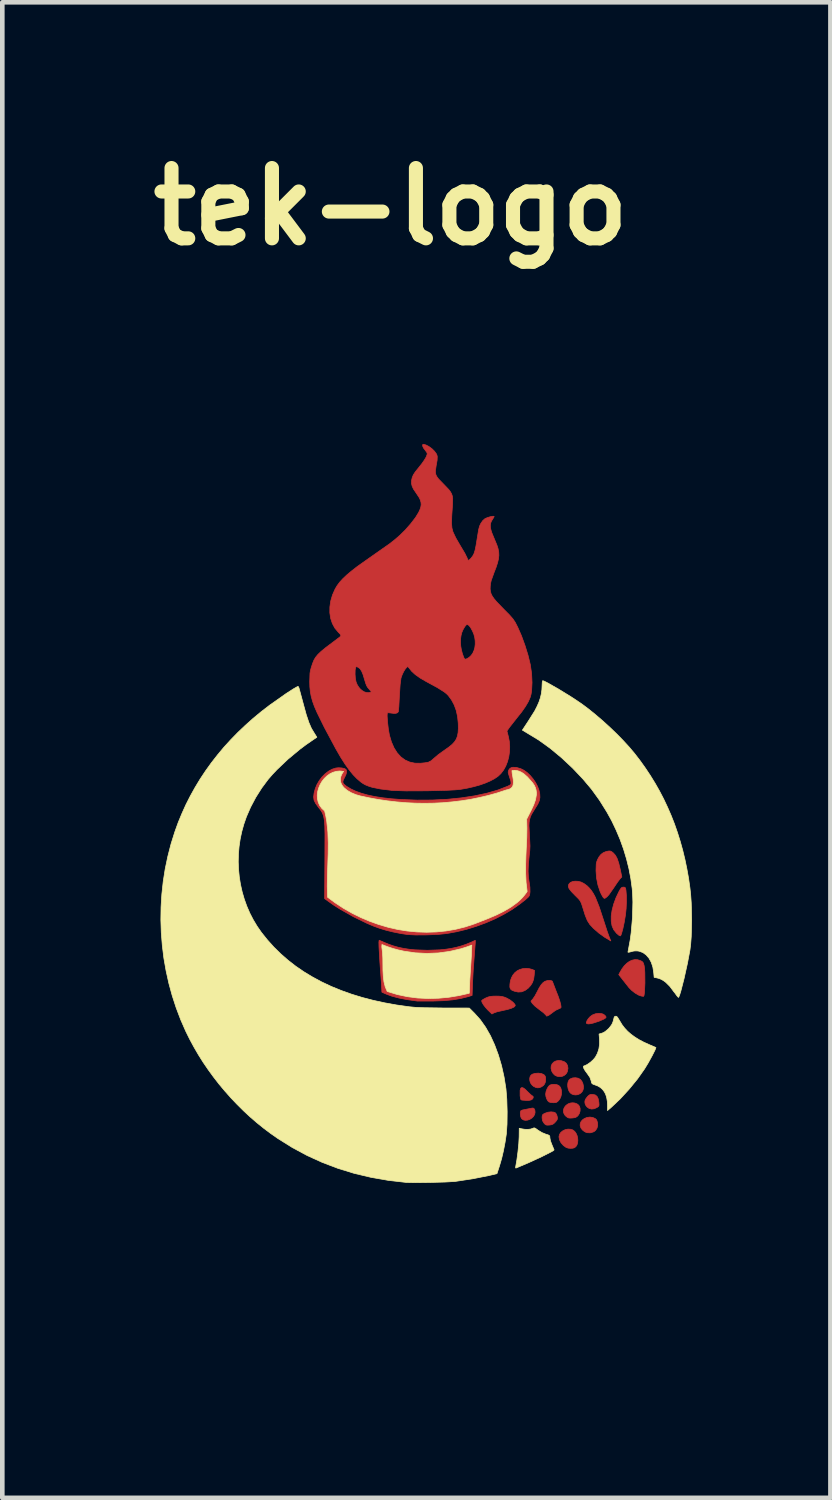
<source format=kicad_pcb>
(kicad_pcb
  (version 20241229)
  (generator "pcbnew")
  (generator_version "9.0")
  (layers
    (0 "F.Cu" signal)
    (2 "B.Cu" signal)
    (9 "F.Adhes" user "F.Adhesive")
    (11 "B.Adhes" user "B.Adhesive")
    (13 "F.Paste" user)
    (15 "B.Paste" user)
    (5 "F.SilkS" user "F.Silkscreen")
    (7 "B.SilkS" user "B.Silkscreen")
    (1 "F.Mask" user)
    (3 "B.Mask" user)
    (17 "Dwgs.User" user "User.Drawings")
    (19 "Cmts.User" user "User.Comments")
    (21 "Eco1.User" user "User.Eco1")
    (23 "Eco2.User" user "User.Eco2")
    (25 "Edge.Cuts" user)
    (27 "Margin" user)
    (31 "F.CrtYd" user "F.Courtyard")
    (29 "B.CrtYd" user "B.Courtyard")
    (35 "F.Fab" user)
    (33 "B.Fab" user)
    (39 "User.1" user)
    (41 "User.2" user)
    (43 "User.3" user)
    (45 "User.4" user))
  (footprint "tek-logo"
    (layer "F.Cu")
    (at 5.421 15.446)
    (property "Reference" "tek-logo" (at 0 -14.019 0) (layer "F.SilkS") (effects (font (size 1.524 1.524) (thickness 0.305))))
    (attr smd)
    (fp_poly (pts (xy 2.838 5.754) (xy 2.818 5.717) (xy 2.808 5.667) (xy 2.807 5.617) (xy 2.819 5.579) (xy 2.853 5.564) (xy 2.92 5.551) (xy 3.049 5.525) (xy 3.082 5.521) (xy 3.106 5.535) (xy 3.122 5.566) (xy 3.127 5.613) (xy 3.118 5.66) (xy 3.094 5.702) (xy 3.058 5.738) (xy 3.014 5.766) (xy 2.966 5.783) (xy 2.919 5.788) (xy 2.875 5.779) (xy 2.838 5.754) (xy 2.838 5.754) (xy 2.838 5.754)) (stroke (width 0.015) (type solid)) (fill yes) (layer "F.Cu"))
    (fp_poly (pts (xy 2.843 5.349) (xy 2.826 5.343) (xy 2.815 5.329) (xy 2.803 5.258) (xy 2.803 5.138) (xy 2.811 5.102) (xy 2.827 5.082) (xy 2.849 5.078) (xy 2.878 5.089) (xy 2.914 5.116) (xy 2.957 5.159) (xy 3.026 5.226) (xy 3.069 5.259) (xy 3.08 5.265) (xy 3.086 5.275) (xy 3.086 5.3) (xy 3.069 5.327) (xy 3.04 5.346) (xy 3.003 5.354) (xy 2.951 5.357) (xy 2.843 5.349) (xy 2.843 5.349) (xy 2.843 5.349)) (stroke (width 0.015) (type solid)) (fill yes) (layer "F.Cu"))
    (fp_poly (pts (xy 4.24 3.67) (xy 4.251 3.63) (xy 4.281 3.584) (xy 4.322 3.539) (xy 4.37 3.504) (xy 4.436 3.478) (xy 4.508 3.469) (xy 4.574 3.476) (xy 4.603 3.486) (xy 4.627 3.501) (xy 4.655 3.528) (xy 4.667 3.551) (xy 4.655 3.569) (xy 4.622 3.591) (xy 4.514 3.639) (xy 4.387 3.68) (xy 4.329 3.693) (xy 4.282 3.698) (xy 4.25 3.692) (xy 4.242 3.683) (xy 4.24 3.669) (xy 4.24 3.669) (xy 4.24 3.67)) (stroke (width 0.015) (type solid)) (fill yes) (layer "F.Cu"))
    (fp_poly (pts (xy 3.56 4.813) (xy 3.519 4.774) (xy 3.487 4.719) (xy 3.473 4.66) (xy 3.477 4.606) (xy 3.498 4.561) (xy 3.533 4.525) (xy 3.579 4.501) (xy 3.634 4.49) (xy 3.695 4.495) (xy 3.76 4.517) (xy 3.803 4.55) (xy 3.83 4.599) (xy 3.84 4.658) (xy 3.829 4.724) (xy 3.813 4.761) (xy 3.788 4.791) (xy 3.757 4.815) (xy 3.721 4.832) (xy 3.682 4.84) (xy 3.641 4.84) (xy 3.6 4.831) (xy 3.56 4.812) (xy 3.56 4.813)) (stroke (width 0.015) (type solid)) (fill yes) (layer "F.Cu"))
    (fp_poly (pts (xy 4.2 6.033) (xy 4.152 5.995) (xy 4.121 5.953) (xy 4.105 5.908) (xy 4.105 5.864) (xy 4.12 5.821) (xy 4.15 5.782) (xy 4.193 5.75) (xy 4.251 5.726) (xy 4.315 5.717) (xy 4.378 5.726) (xy 4.431 5.75) (xy 4.451 5.767) (xy 4.464 5.786) (xy 4.482 5.842) (xy 4.484 5.9) (xy 4.47 5.955) (xy 4.441 6.002) (xy 4.418 6.023) (xy 4.39 6.039) (xy 4.327 6.058) (xy 4.261 6.056) (xy 4.229 6.047) (xy 4.2 6.032) (xy 4.2 6.032) (xy 4.2 6.033)) (stroke (width 0.015) (type solid)) (fill yes) (layer "F.Cu"))
    (fp_poly (pts (xy 4.254 5.498) (xy 4.233 5.473) (xy 4.217 5.445) (xy 4.209 5.417) (xy 4.206 5.388) (xy 4.21 5.359) (xy 4.221 5.33) (xy 4.262 5.274) (xy 4.292 5.246) (xy 4.316 5.231) (xy 4.343 5.225) (xy 4.378 5.226) (xy 4.432 5.238) (xy 4.47 5.269) (xy 4.495 5.32) (xy 4.509 5.394) (xy 4.513 5.444) (xy 4.51 5.473) (xy 4.495 5.492) (xy 4.466 5.511) (xy 4.408 5.537) (xy 4.352 5.543) (xy 4.299 5.53) (xy 4.253 5.498) (xy 4.253 5.498) (xy 4.254 5.498)) (stroke (width 0.015) (type solid)) (fill yes) (layer "F.Cu"))
    (fp_poly (pts (xy 2.681 2.99) (xy 2.623 2.966) (xy 2.592 2.939) (xy 2.58 2.899) (xy 2.582 2.837) (xy 2.593 2.762) (xy 2.616 2.696) (xy 2.648 2.637) (xy 2.689 2.587) (xy 2.739 2.547) (xy 2.796 2.518) (xy 2.859 2.5) (xy 2.929 2.494) (xy 2.999 2.5) (xy 3.061 2.516) (xy 3.116 2.539) (xy 3.108 2.642) (xy 3.096 2.727) (xy 3.071 2.8) (xy 3.031 2.865) (xy 2.977 2.924) (xy 2.907 2.974) (xy 2.835 3.002) (xy 2.759 3.007) (xy 2.681 2.989) (xy 2.681 2.989) (xy 2.681 2.99)) (stroke (width 0.015) (type solid)) (fill yes) (layer "F.Cu"))
    (fp_poly (pts (xy 3.099 5.055) (xy 3.065 5.027) (xy 3.038 4.993) (xy 3.02 4.955) (xy 3.011 4.915) (xy 3.011 4.876) (xy 3.019 4.841) (xy 3.038 4.81) (xy 3.066 4.788) (xy 3.126 4.77) (xy 3.197 4.765) (xy 3.265 4.774) (xy 3.316 4.796) (xy 3.336 4.815) (xy 3.348 4.835) (xy 3.355 4.862) (xy 3.356 4.9) (xy 3.351 4.955) (xy 3.334 4.999) (xy 3.306 5.034) (xy 3.264 5.062) (xy 3.222 5.079) (xy 3.182 5.083) (xy 3.142 5.075) (xy 3.099 5.054) (xy 3.099 5.054) (xy 3.099 5.055)) (stroke (width 0.015) (type solid)) (fill yes) (layer "F.Cu"))
    (fp_poly (pts (xy 3.805 6.379) (xy 3.74 6.332) (xy 3.69 6.275) (xy 3.657 6.211) (xy 3.645 6.145) (xy 3.656 6.094) (xy 3.685 6.05) (xy 3.727 6.016) (xy 3.778 5.991) (xy 3.835 5.979) (xy 3.891 5.98) (xy 3.943 5.995) (xy 3.986 6.028) (xy 4.016 6.07) (xy 4.038 6.119) (xy 4.05 6.171) (xy 4.054 6.224) (xy 4.049 6.274) (xy 4.036 6.319) (xy 4.013 6.355) (xy 3.982 6.381) (xy 3.944 6.392) (xy 3.894 6.395) (xy 3.844 6.39) (xy 3.806 6.378) (xy 3.806 6.378) (xy 3.805 6.379)) (stroke (width 0.015) (type solid)) (fill yes) (layer "F.Cu"))
    (fp_poly (pts (xy 3.918 5.215) (xy 3.886 5.189) (xy 3.861 5.15) (xy 3.844 5.104) (xy 3.835 5.054) (xy 3.834 5.004) (xy 3.842 4.957) (xy 3.86 4.918) (xy 3.887 4.891) (xy 3.94 4.869) (xy 4.003 4.864) (xy 4.063 4.875) (xy 4.11 4.902) (xy 4.142 4.943) (xy 4.165 4.995) (xy 4.176 5.051) (xy 4.173 5.106) (xy 4.161 5.144) (xy 4.139 5.177) (xy 4.111 5.203) (xy 4.077 5.222) (xy 4.039 5.234) (xy 3.999 5.237) (xy 3.958 5.231) (xy 3.918 5.215) (xy 3.918 5.215) (xy 3.918 5.215)) (stroke (width 0.015) (type solid)) (fill yes) (layer "F.Cu"))
    (fp_poly (pts (xy 3.32 5.848) (xy 3.288 5.796) (xy 3.279 5.733) (xy 3.281 5.695) (xy 3.288 5.671) (xy 3.306 5.653) (xy 3.34 5.635) (xy 3.405 5.612) (xy 3.474 5.604) (xy 3.534 5.611) (xy 3.558 5.62) (xy 3.575 5.633) (xy 3.596 5.669) (xy 3.609 5.715) (xy 3.612 5.745) (xy 3.607 5.769) (xy 3.592 5.794) (xy 3.566 5.825) (xy 3.536 5.855) (xy 3.509 5.873) (xy 3.478 5.884) (xy 3.437 5.89) (xy 3.394 5.892) (xy 3.366 5.888) (xy 3.344 5.874) (xy 3.32 5.848) (xy 3.32 5.847) (xy 3.32 5.848)) (stroke (width 0.015) (type solid)) (fill yes) (layer "F.Cu"))
    (fp_poly (pts (xy 3.427 5.388) (xy 3.4 5.362) (xy 3.378 5.32) (xy 3.362 5.27) (xy 3.356 5.219) (xy 3.365 5.163) (xy 3.387 5.105) (xy 3.416 5.054) (xy 3.448 5.024) (xy 3.492 5.01) (xy 3.545 5.007) (xy 3.597 5.014) (xy 3.639 5.031) (xy 3.666 5.057) (xy 3.685 5.091) (xy 3.697 5.133) (xy 3.701 5.178) (xy 3.698 5.226) (xy 3.687 5.272) (xy 3.668 5.316) (xy 3.642 5.354) (xy 3.616 5.381) (xy 3.592 5.397) (xy 3.564 5.404) (xy 3.525 5.406) (xy 3.467 5.401) (xy 3.427 5.389) (xy 3.427 5.389) (xy 3.427 5.388)) (stroke (width 0.015) (type solid)) (fill yes) (layer "F.Cu"))
    (fp_poly (pts (xy 5.427 3.093) (xy 5.366 3.071) (xy 5.294 3.028) (xy 5.222 2.972) (xy 5.163 2.912) (xy 5.021 2.732) (xy 4.941 2.63) (xy 4.966 2.581) (xy 5.012 2.503) (xy 5.061 2.437) (xy 5.115 2.384) (xy 5.171 2.343) (xy 5.229 2.317) (xy 5.288 2.304) (xy 5.346 2.306) (xy 5.403 2.323) (xy 5.441 2.341) (xy 5.464 2.361) (xy 5.478 2.389) (xy 5.491 2.435) (xy 5.501 2.499) (xy 5.506 2.591) (xy 5.508 2.816) (xy 5.498 3.017) (xy 5.489 3.08) (xy 5.478 3.101) (xy 5.427 3.093) (xy 5.427 3.093) (xy 5.427 3.093)) (stroke (width 0.015) (type solid)) (fill yes) (layer "F.Cu"))
    (fp_poly (pts (xy 2.102 3.396) (xy 2.048 3.335) (xy 2.005 3.278) (xy 1.978 3.23) (xy 1.968 3.195) (xy 1.994 3.171) (xy 2.056 3.137) (xy 2.106 3.116) (xy 2.152 3.103) (xy 2.207 3.097) (xy 2.281 3.095) (xy 2.355 3.097) (xy 2.41 3.103) (xy 2.458 3.116) (xy 2.512 3.138) (xy 2.585 3.179) (xy 2.647 3.227) (xy 2.687 3.271) (xy 2.696 3.29) (xy 2.696 3.305) (xy 2.671 3.332) (xy 2.616 3.358) (xy 2.533 3.384) (xy 2.423 3.408) (xy 2.304 3.435) (xy 2.233 3.46) (xy 2.192 3.483) (xy 2.102 3.395) (xy 2.102 3.395) (xy 2.102 3.396)) (stroke (width 0.015) (type solid)) (fill yes) (layer "F.Cu"))
    (fp_poly (pts (xy 4.889 1.728) (xy 4.832 1.657) (xy 4.795 1.573) (xy 4.778 1.474) (xy 4.778 1.356) (xy 4.796 1.235) (xy 4.831 1.1) (xy 4.881 0.964) (xy 4.94 0.839) (xy 4.971 0.783) (xy 4.995 0.75) (xy 5.016 0.736) (xy 5.042 0.733) (xy 5.066 0.735) (xy 5.081 0.744) (xy 5.09 0.765) (xy 5.097 0.802) (xy 5.106 0.912) (xy 5.107 1.048) (xy 5.101 1.194) (xy 5.087 1.331) (xy 5.06 1.494) (xy 5.029 1.639) (xy 4.999 1.745) (xy 4.986 1.777) (xy 4.976 1.79) (xy 4.942 1.775) (xy 4.889 1.729) (xy 4.889 1.729) (xy 4.889 1.728)) (stroke (width 0.015) (type solid)) (fill yes) (layer "F.Cu"))
    (fp_poly (pts (xy 3.801 5.704) (xy 3.772 5.674) (xy 3.753 5.64) (xy 3.742 5.606) (xy 3.742 5.57) (xy 3.75 5.535) (xy 3.767 5.501) (xy 3.792 5.469) (xy 3.827 5.441) (xy 3.861 5.423) (xy 3.898 5.412) (xy 3.936 5.408) (xy 3.974 5.41) (xy 4.009 5.419) (xy 4.041 5.434) (xy 4.068 5.455) (xy 4.087 5.481) (xy 4.103 5.529) (xy 4.103 5.584) (xy 4.088 5.637) (xy 4.06 5.682) (xy 4.035 5.707) (xy 4.009 5.722) (xy 3.978 5.731) (xy 3.934 5.737) (xy 3.888 5.739) (xy 3.856 5.736) (xy 3.83 5.725) (xy 3.802 5.704) (xy 3.802 5.704) (xy 3.801 5.704)) (stroke (width 0.015) (type solid)) (fill yes) (layer "F.Cu"))
    (fp_poly (pts (xy 3.356 3.501) (xy 3.309 3.455) (xy 3.218 3.386) (xy 3.123 3.311) (xy 3.066 3.252) (xy 3.037 3.205) (xy 3.08 3.156) (xy 3.125 3.09) (xy 3.172 3.002) (xy 3.216 2.916) (xy 3.258 2.851) (xy 3.298 2.805) (xy 3.34 2.775) (xy 3.396 2.757) (xy 3.45 2.754) (xy 3.491 2.765) (xy 3.504 2.776) (xy 3.508 2.79) (xy 3.582 2.983) (xy 3.626 3.094) (xy 3.661 3.195) (xy 3.683 3.278) (xy 3.691 3.338) (xy 3.674 3.357) (xy 3.633 3.375) (xy 3.574 3.402) (xy 3.515 3.444) (xy 3.433 3.505) (xy 3.38 3.53) (xy 3.356 3.501) (xy 3.356 3.501) (xy 3.356 3.501)) (stroke (width 0.015) (type solid)) (fill yes) (layer "F.Cu"))
    (fp_poly (pts (xy 4.6 0.95) (xy 4.567 0.894) (xy 4.537 0.83) (xy 4.49 0.689) (xy 4.459 0.534) (xy 4.448 0.374) (xy 4.453 0.229) (xy 4.464 0.181) (xy 4.482 0.134) (xy 4.517 0.071) (xy 4.558 0.022) (xy 4.607 -0.014) (xy 4.663 -0.037) (xy 4.716 -0.049) (xy 4.754 -0.05) (xy 4.787 -0.036) (xy 4.824 -0.007) (xy 4.87 0.045) (xy 4.908 0.117) (xy 4.941 0.215) (xy 4.973 0.348) (xy 5.007 0.512) (xy 4.968 0.554) (xy 4.915 0.624) (xy 4.842 0.733) (xy 4.729 0.895) (xy 4.685 0.943) (xy 4.648 0.971) (xy 4.635 0.976) (xy 4.623 0.974) (xy 4.599 0.95) (xy 4.599 0.95) (xy 4.6 0.95)) (stroke (width 0.015) (type solid)) (fill yes) (layer "F.Cu"))
    (fp_poly (pts (xy 4.636 1.819) (xy 4.511 1.73) (xy 4.391 1.625) (xy 4.314 1.542) (xy 4.26 1.458) (xy 4.213 1.342) (xy 4.157 1.164) (xy 4.132 1.086) (xy 4.107 1.034) (xy 4.068 0.985) (xy 4.002 0.92) (xy 3.914 0.829) (xy 3.864 0.765) (xy 3.849 0.722) (xy 3.852 0.684) (xy 3.87 0.653) (xy 3.901 0.628) (xy 3.944 0.611) (xy 3.996 0.604) (xy 4.056 0.607) (xy 4.121 0.622) (xy 4.185 0.654) (xy 4.255 0.705) (xy 4.305 0.755) (xy 4.35 0.81) (xy 4.392 0.875) (xy 4.433 0.952) (xy 4.516 1.159) (xy 4.614 1.457) (xy 4.686 1.68) (xy 4.736 1.819) (xy 4.769 1.899) (xy 4.636 1.82) (xy 4.636 1.82) (xy 4.636 1.819)) (stroke (width 0.015) (type solid)) (fill yes) (layer "F.Cu"))
    (fp_poly (pts (xy -0.252 1.884) (xy -0.258 1.924) (xy -0.192 1.977) (xy -0.076 2.022) (xy 0.042 2.061) (xy 0.162 2.094) (xy 0.283 2.121) (xy 0.53 2.157) (xy 0.78 2.17) (xy 1.03 2.16) (xy 1.278 2.126) (xy 1.52 2.07) (xy 1.639 2.033) (xy 1.755 1.99) (xy 1.746 2.239) (xy 1.728 2.502) (xy 1.711 2.769) (xy 1.701 3.033) (xy 1.482 3.083) (xy 1.259 3.12) (xy 1.034 3.141) (xy 0.808 3.147) (xy 0.582 3.136) (xy 0.358 3.107) (xy 0.138 3.06) (xy -0.078 2.994) (xy -0.121 2.894) (xy -0.148 2.782) (xy -0.163 2.661) (xy -0.169 2.535) (xy -0.173 2.275) (xy -0.18 2.149) (xy -0.194 2.03) (xy -0.192 1.978) (xy -0.192 1.977) (xy -0.258 1.924) (xy -0.256 2.033) (xy -0.236 2.372) (xy -0.203 2.824) (xy -0.193 3.01) (xy -0.103 3.05) (xy 0.021 3.096) (xy 0.175 3.137) (xy 0.357 3.172) (xy 0.566 3.201) (xy 0.566 3.202) (xy 0.924 3.202) (xy 1.146 3.194) (xy 1.342 3.176) (xy 1.515 3.147) (xy 1.671 3.108) (xy 1.762 3.08) (xy 1.772 2.798) (xy 1.787 2.522) (xy 1.807 2.253) (xy 1.831 1.938) (xy 1.831 1.886) (xy 1.732 1.931) (xy 1.633 1.972) (xy 1.53 2.007) (xy 1.422 2.037) (xy 1.31 2.061) (xy 1.192 2.079) (xy 1.067 2.092) (xy 0.794 2.102) (xy 0.521 2.092) (xy 0.396 2.079) (xy 0.278 2.061) (xy 0.165 2.037) (xy 0.058 2.007) (xy -0.046 1.971) (xy -0.146 1.93) (xy -0.252 1.884) (xy -0.252 1.884) (xy -0.252 1.884)) (stroke (width 0.015) (type solid)) (fill yes) (layer "F.Cu"))
    (fp_poly (pts (xy 2.645 -1.865) (xy 2.615 -1.858) (xy 2.686 -1.799) (xy 2.738 -1.793) (xy 2.787 -1.778) (xy 2.835 -1.755) (xy 2.88 -1.726) (xy 2.963 -1.655) (xy 3.032 -1.575) (xy 3.077 -1.525) (xy 3.111 -1.474) (xy 3.135 -1.423) (xy 3.15 -1.37) (xy 3.156 -1.318) (xy 3.155 -1.265) (xy 3.136 -1.158) (xy 3.098 -1.052) (xy 3.049 -0.946) (xy 2.945 -0.742) (xy 2.95 -0.545) (xy 2.947 -0.349) (xy 2.93 0.044) (xy 2.923 0.24) (xy 2.923 0.437) (xy 2.932 0.632) (xy 2.955 0.828) (xy 2.907 0.895) (xy 2.854 0.958) (xy 2.796 1.017) (xy 2.733 1.072) (xy 2.596 1.171) (xy 2.447 1.259) (xy 2.29 1.336) (xy 2.129 1.405) (xy 1.813 1.529) (xy 1.609 1.596) (xy 1.403 1.647) (xy 1.195 1.683) (xy 0.986 1.705) (xy 0.776 1.712) (xy 0.566 1.705) (xy 0.358 1.684) (xy 0.15 1.651) (xy -0.055 1.604) (xy -0.257 1.545) (xy -0.455 1.475) (xy -0.65 1.392) (xy -0.839 1.298) (xy -1.023 1.193) (xy -1.2 1.078) (xy -1.371 0.952) (xy -1.377 0.719) (xy -1.374 0.483) (xy -1.358 0.011) (xy -1.356 -0.224) (xy -1.364 -0.458) (xy -1.388 -0.689) (xy -1.408 -0.804) (xy -1.433 -0.917) (xy -1.496 -0.975) (xy -1.543 -1.04) (xy -1.574 -1.11) (xy -1.591 -1.185) (xy -1.594 -1.261) (xy -1.585 -1.339) (xy -1.564 -1.415) (xy -1.533 -1.488) (xy -1.493 -1.557) (xy -1.444 -1.62) (xy -1.387 -1.675) (xy -1.324 -1.721) (xy -1.255 -1.755) (xy -1.181 -1.777) (xy -1.104 -1.784) (xy -1.024 -1.775) (xy -1.058 -1.723) (xy -1.08 -1.674) (xy -1.091 -1.626) (xy -1.093 -1.581) (xy -1.085 -1.538) (xy -1.069 -1.498) (xy -1.046 -1.46) (xy -1.016 -1.425) (xy -0.942 -1.362) (xy -0.853 -1.311) (xy -0.756 -1.271) (xy -0.659 -1.243) (xy -0.464 -1.202) (xy -0.268 -1.166) (xy -0.07 -1.137) (xy 0.129 -1.114) (xy 0.329 -1.097) (xy 0.53 -1.087) (xy 0.731 -1.084) (xy 0.932 -1.087) (xy 1.133 -1.097) (xy 1.332 -1.114) (xy 1.532 -1.139) (xy 1.729 -1.17) (xy 1.926 -1.209) (xy 2.12 -1.256) (xy 2.312 -1.31) (xy 2.502 -1.372) (xy 2.545 -1.381) (xy 2.579 -1.394) (xy 2.606 -1.411) (xy 2.627 -1.432) (xy 2.642 -1.456) (xy 2.651 -1.482) (xy 2.658 -1.541) (xy 2.653 -1.605) (xy 2.642 -1.671) (xy 2.631 -1.734) (xy 2.627 -1.793) (xy 2.687 -1.799) (xy 2.687 -1.799) (xy 2.686 -1.799) (xy 2.615 -1.858) (xy 2.59 -1.845) (xy 2.57 -1.826) (xy 2.555 -1.801) (xy 2.546 -1.773) (xy 2.545 -1.745) (xy 2.572 -1.656) (xy 2.601 -1.57) (xy 2.607 -1.516) (xy 2.6 -1.498) (xy 2.586 -1.482) (xy 2.536 -1.455) (xy 2.325 -1.373) (xy 2.083 -1.303) (xy 1.817 -1.246) (xy 1.529 -1.202) (xy 1.222 -1.171) (xy 0.901 -1.155) (xy 0.569 -1.153) (xy 0.23 -1.166) (xy 0.021 -1.182) (xy -0.17 -1.203) (xy -0.343 -1.23) (xy -0.499 -1.263) (xy -0.638 -1.302) (xy -0.761 -1.346) (xy -0.869 -1.397) (xy -0.961 -1.453) (xy -1.015 -1.498) (xy -1.03 -1.518) (xy -1.038 -1.539) (xy -1.038 -1.561) (xy -1.03 -1.588) (xy -0.996 -1.657) (xy -0.973 -1.705) (xy -0.961 -1.749) (xy -0.96 -1.787) (xy -0.971 -1.817) (xy -1.003 -1.837) (xy -1.061 -1.85) (xy -1.129 -1.855) (xy -1.191 -1.849) (xy -1.272 -1.823) (xy -1.35 -1.78) (xy -1.424 -1.723) (xy -1.491 -1.655) (xy -1.55 -1.577) (xy -1.6 -1.492) (xy -1.638 -1.4) (xy -1.663 -1.305) (xy -1.673 -1.221) (xy -1.664 -1.152) (xy -1.63 -1.083) (xy -1.569 -0.998) (xy -1.52 -0.936) (xy -1.484 -0.878) (xy -1.458 -0.811) (xy -1.441 -0.721) (xy -1.431 -0.593) (xy -1.427 -0.414) (xy -1.429 0.156) (xy -1.434 0.982) (xy -1.345 1.047) (xy -1.23 1.128) (xy -1.099 1.211) (xy -0.808 1.375) (xy -0.513 1.519) (xy -0.375 1.577) (xy -0.25 1.623) (xy -0.102 1.668) (xy 0.054 1.706) (xy 0.213 1.738) (xy 0.367 1.761) (xy 0.541 1.77) (xy 0.782 1.768) (xy 1.027 1.758) (xy 1.213 1.739) (xy 1.431 1.699) (xy 1.647 1.646) (xy 1.859 1.58) (xy 2.066 1.504) (xy 2.264 1.418) (xy 2.451 1.322) (xy 2.626 1.219) (xy 2.785 1.108) (xy 2.915 1.008) (xy 2.983 0.946) (xy 3 0.922) (xy 3.009 0.898) (xy 3.017 0.836) (xy 3.015 0.737) (xy 2.999 0.627) (xy 2.982 0.512) (xy 2.976 0.387) (xy 2.982 0.24) (xy 2.999 0.06) (xy 3.012 -0.06) (xy 3.017 -0.159) (xy 3.005 -0.404) (xy 2.995 -0.596) (xy 2.998 -0.667) (xy 3.007 -0.729) (xy 3.024 -0.786) (xy 3.048 -0.842) (xy 3.128 -0.973) (xy 3.187 -1.068) (xy 3.22 -1.143) (xy 3.232 -1.213) (xy 3.228 -1.292) (xy 3.211 -1.371) (xy 3.179 -1.454) (xy 3.136 -1.536) (xy 3.082 -1.615) (xy 3.021 -1.687) (xy 2.955 -1.75) (xy 2.886 -1.8) (xy 2.817 -1.834) (xy 2.721 -1.862) (xy 2.645 -1.865) (xy 2.645 -1.865) (xy 2.645 -1.865)) (stroke (width 0.015) (type solid)) (fill yes) (layer "F.Cu"))
    (fp_poly (pts (xy 1.746 -4.294) (xy 2.449 -5.291) (xy 2.573 -5.166) (xy 2.647 -5.081) (xy 2.698 -5.004) (xy 2.751 -4.9) (xy 2.831 -4.718) (xy 2.908 -4.507) (xy 2.975 -4.29) (xy 3.023 -4.093) (xy 3.052 -3.897) (xy 3.061 -3.701) (xy 3.052 -3.524) (xy 3.04 -3.449) (xy 3.024 -3.388) (xy 2.982 -3.291) (xy 2.919 -3.183) (xy 2.836 -3.064) (xy 2.732 -2.934) (xy 2.57 -2.728) (xy 2.517 -2.651) (xy 2.548 -2.531) (xy 2.569 -2.423) (xy 2.577 -2.312) (xy 2.573 -2.201) (xy 2.557 -2.093) (xy 2.53 -1.989) (xy 2.492 -1.892) (xy 2.444 -1.805) (xy 2.386 -1.729) (xy 2.326 -1.672) (xy 2.249 -1.619) (xy 2.157 -1.57) (xy 2.051 -1.524) (xy 1.932 -1.482) (xy 1.8 -1.445) (xy 1.656 -1.412) (xy 1.501 -1.385) (xy 1.393 -1.375) (xy 1.224 -1.366) (xy 0.781 -1.355) (xy 0.328 -1.353) (xy 0.018 -1.363) (xy 0.018 -1.363) (xy 0.017 -1.365) (xy -0.221 -1.394) (xy -0.405 -1.431) (xy -0.48 -1.455) (xy -0.545 -1.481) (xy -0.601 -1.512) (xy -0.65 -1.546) (xy -0.736 -1.62) (xy -0.819 -1.706) (xy -0.903 -1.809) (xy -0.991 -1.933) (xy -1.086 -2.082) (xy -1.19 -2.262) (xy -1.44 -2.729) (xy -1.6 -3.055) (xy -1.656 -3.184) (xy -1.697 -3.298) (xy -1.726 -3.404) (xy -1.745 -3.505) (xy -1.755 -3.609) (xy -1.758 -3.72) (xy -1.752 -3.903) (xy -1.741 -3.967) (xy -1.723 -4.032) (xy -1.695 -4.117) (xy -1.667 -4.186) (xy -1.631 -4.248) (xy -1.581 -4.309) (xy -1.511 -4.376) (xy -1.413 -4.457) (xy -1.109 -4.686) (xy -1.087 -4.707) (xy -1.084 -4.727) (xy -1.101 -4.755) (xy -1.14 -4.795) (xy -1.213 -4.882) (xy -1.267 -4.982) (xy -1.304 -5.094) (xy -1.322 -5.214) (xy -1.321 -5.34) (xy -1.302 -5.47) (xy -1.264 -5.6) (xy -1.207 -5.729) (xy -1.163 -5.803) (xy -1.108 -5.877) (xy -1.039 -5.953) (xy -0.953 -6.034) (xy -0.848 -6.122) (xy -0.721 -6.221) (xy -0.386 -6.457) (xy -0.025 -6.71) (xy 0.088 -6.799) (xy 0.193 -6.89) (xy 0.314 -7.009) (xy 0.433 -7.145) (xy 0.536 -7.279) (xy 0.605 -7.392) (xy 0.632 -7.451) (xy 0.65 -7.505) (xy 0.658 -7.555) (xy 0.655 -7.603) (xy 0.642 -7.653) (xy 0.619 -7.705) (xy 0.538 -7.827) (xy 0.49 -7.898) (xy 0.461 -7.961) (xy 0.448 -8.021) (xy 0.45 -8.083) (xy 0.464 -8.145) (xy 0.489 -8.204) (xy 0.531 -8.269) (xy 0.594 -8.347) (xy 0.666 -8.437) (xy 0.724 -8.519) (xy 0.766 -8.589) (xy 0.786 -8.641) (xy 0.789 -8.664) (xy 0.783 -8.686) (xy 0.742 -8.742) (xy 0.709 -8.786) (xy 0.691 -8.826) (xy 0.69 -8.855) (xy 0.697 -8.863) (xy 0.708 -8.866) (xy 0.759 -8.852) (xy 0.825 -8.818) (xy 0.891 -8.77) (xy 0.945 -8.717) (xy 0.988 -8.658) (xy 1 -8.63) (xy 1.007 -8.599) (xy 1.004 -8.521) (xy 0.983 -8.403) (xy 0.966 -8.286) (xy 0.969 -8.24) (xy 0.98 -8.198) (xy 1.003 -8.157) (xy 1.037 -8.112) (xy 1.147 -7.999) (xy 1.256 -7.885) (xy 1.292 -7.837) (xy 1.317 -7.792) (xy 1.333 -7.745) (xy 1.341 -7.693) (xy 1.338 -7.563) (xy 1.321 -7.314) (xy 1.316 -7.155) (xy 1.325 -7.051) (xy 1.347 -6.967) (xy 1.41 -6.834) (xy 1.509 -6.663) (xy 1.603 -6.506) (xy 1.652 -6.407) (xy 1.667 -6.367) (xy 1.679 -6.35) (xy 1.705 -6.363) (xy 1.74 -6.398) (xy 1.775 -6.444) (xy 1.801 -6.491) (xy 1.827 -6.571) (xy 1.847 -6.67) (xy 1.903 -7.014) (xy 1.924 -7.092) (xy 1.95 -7.148) (xy 1.994 -7.212) (xy 2.043 -7.255) (xy 2.092 -7.276) (xy 2.154 -7.295) (xy 2.21 -7.306) (xy 2.239 -7.304) (xy 2.232 -7.283) (xy 2.207 -7.242) (xy 2.181 -7.2) (xy 2.165 -7.159) (xy 2.157 -7.115) (xy 2.158 -7.067) (xy 2.17 -7.011) (xy 2.191 -6.944) (xy 2.264 -6.767) (xy 2.3 -6.681) (xy 2.325 -6.603) (xy 2.339 -6.53) (xy 2.342 -6.458) (xy 2.334 -6.382) (xy 2.314 -6.298) (xy 2.283 -6.202) (xy 2.24 -6.091) (xy 2.177 -5.916) (xy 2.162 -5.852) (xy 2.155 -5.789) (xy 2.153 -5.73) (xy 2.159 -5.678) (xy 2.173 -5.627) (xy 2.198 -5.576) (xy 2.236 -5.521) (xy 2.289 -5.457) (xy 2.449 -5.291) (xy 1.746 -4.294) (xy 1.78 -4.344) (xy 1.459 -2.62) (xy 1.464 -2.71) (xy 1.462 -2.819) (xy 1.447 -2.964) (xy 1.418 -3.097) (xy 1.374 -3.217) (xy 1.316 -3.325) (xy 1.246 -3.42) (xy 1.206 -3.46) (xy 1.155 -3.5) (xy 1.007 -3.593) (xy 0.764 -3.725) (xy 0.637 -3.799) (xy 0.533 -3.872) (xy 0.453 -3.945) (xy 0.396 -4.017) (xy 0.372 -4.045) (xy 0.361 -4.043) (xy 0.346 -4.033) (xy 0.313 -3.994) (xy 0.277 -3.936) (xy 0.245 -3.868) (xy 0.221 -3.8) (xy 0.202 -3.654) (xy 0.186 -3.407) (xy 0.174 -3.179) (xy 0.163 -3.069) (xy 0.144 -3.047) (xy 0.112 -3.035) (xy 0.066 -3.033) (xy 0.007 -3.04) (xy -0.048 -3.047) (xy -0.076 -3.044) (xy -0.08 -2.979) (xy -0.071 -2.845) (xy -0.053 -2.69) (xy -0.03 -2.56) (xy 0.014 -2.413) (xy 0.07 -2.285) (xy 0.138 -2.178) (xy 0.217 -2.09) (xy 0.308 -2.023) (xy 0.409 -1.978) (xy 0.52 -1.954) (xy 0.642 -1.952) (xy 0.74 -1.962) (xy 0.814 -1.975) (xy 0.814 -1.975) (xy 0.815 -1.975) (xy 0.873 -2.005) (xy 0.934 -2.058) (xy 1.029 -2.139) (xy 1.17 -2.24) (xy 1.258 -2.302) (xy 1.328 -2.359) (xy 1.381 -2.416) (xy 1.42 -2.476) (xy 1.445 -2.543) (xy 1.459 -2.62) (xy 1.78 -4.344) (xy 1.805 -4.401) (xy 1.822 -4.465) (xy 1.83 -4.534) (xy 1.829 -4.605) (xy 1.819 -4.678) (xy 1.8 -4.749) (xy 1.771 -4.818) (xy 1.731 -4.891) (xy 1.696 -4.937) (xy 1.665 -4.957) (xy 1.65 -4.958) (xy -0.668 -4.002) (xy -0.708 -4.032) (xy -0.743 -4.046) (xy -0.753 -4.042) (xy -0.761 -4.031) (xy -0.773 -3.976) (xy -0.775 -3.884) (xy -0.768 -3.786) (xy -0.752 -3.711) (xy -0.727 -3.652) (xy -0.695 -3.601) (xy -0.657 -3.557) (xy -0.615 -3.523) (xy -0.571 -3.498) (xy -0.525 -3.484) (xy -0.479 -3.482) (xy -0.435 -3.492) (xy -0.435 -3.492) (xy -0.435 -3.492) (xy -0.427 -3.499) (xy -0.429 -3.511) (xy -0.47 -3.558) (xy -0.5 -3.593) (xy -0.524 -3.633) (xy -0.545 -3.687) (xy -0.569 -3.766) (xy -0.602 -3.875) (xy -0.634 -3.951) (xy -0.668 -4.002) (xy 1.65 -4.958) (xy 1.636 -4.952) (xy 1.604 -4.914) (xy 1.565 -4.847) (xy 1.539 -4.786) (xy 1.522 -4.719) (xy 1.512 -4.647) (xy 1.511 -4.57) (xy 1.516 -4.491) (xy 1.53 -4.41) (xy 1.551 -4.329) (xy 1.58 -4.249) (xy 1.593 -4.222) (xy 1.605 -4.21) (xy 1.621 -4.209) (xy 1.648 -4.217) (xy 1.696 -4.246) (xy 1.747 -4.294) (xy 1.746 -4.294)) (stroke (width 0.015) (type solid)) (fill yes) (layer "F.Cu"))
    (fp_poly (pts (xy 2.838 5.754) (xy 2.818 5.717) (xy 2.808 5.667) (xy 2.807 5.617) (xy 2.819 5.579) (xy 2.853 5.564) (xy 2.92 5.551) (xy 3.049 5.525) (xy 3.082 5.521) (xy 3.106 5.535) (xy 3.122 5.566) (xy 3.127 5.613) (xy 3.118 5.66) (xy 3.094 5.702) (xy 3.058 5.738) (xy 3.014 5.766) (xy 2.966 5.783) (xy 2.919 5.788) (xy 2.875 5.779) (xy 2.838 5.754) (xy 2.838 5.754) (xy 2.838 5.754)) (stroke (width 0.015) (type solid)) (fill yes) (layer "F.Mask"))
    (fp_poly (pts (xy 2.843 5.349) (xy 2.826 5.343) (xy 2.815 5.329) (xy 2.803 5.258) (xy 2.803 5.138) (xy 2.811 5.102) (xy 2.827 5.082) (xy 2.849 5.078) (xy 2.878 5.089) (xy 2.914 5.116) (xy 2.957 5.159) (xy 3.026 5.226) (xy 3.069 5.259) (xy 3.08 5.265) (xy 3.086 5.275) (xy 3.086 5.3) (xy 3.069 5.327) (xy 3.04 5.346) (xy 3.003 5.354) (xy 2.951 5.357) (xy 2.843 5.349) (xy 2.843 5.349) (xy 2.843 5.349)) (stroke (width 0.015) (type solid)) (fill yes) (layer "F.Mask"))
    (fp_poly (pts (xy 4.24 3.67) (xy 4.251 3.63) (xy 4.281 3.584) (xy 4.322 3.539) (xy 4.37 3.504) (xy 4.436 3.478) (xy 4.508 3.469) (xy 4.574 3.476) (xy 4.603 3.486) (xy 4.627 3.501) (xy 4.655 3.528) (xy 4.667 3.551) (xy 4.655 3.569) (xy 4.622 3.591) (xy 4.514 3.639) (xy 4.387 3.68) (xy 4.329 3.693) (xy 4.282 3.698) (xy 4.25 3.692) (xy 4.242 3.683) (xy 4.24 3.669) (xy 4.24 3.669) (xy 4.24 3.67)) (stroke (width 0.015) (type solid)) (fill yes) (layer "F.Mask"))
    (fp_poly (pts (xy 3.56 4.813) (xy 3.519 4.774) (xy 3.487 4.719) (xy 3.473 4.66) (xy 3.477 4.606) (xy 3.498 4.561) (xy 3.533 4.525) (xy 3.579 4.501) (xy 3.634 4.49) (xy 3.695 4.495) (xy 3.76 4.517) (xy 3.803 4.55) (xy 3.83 4.599) (xy 3.84 4.658) (xy 3.829 4.724) (xy 3.813 4.761) (xy 3.788 4.791) (xy 3.757 4.815) (xy 3.721 4.832) (xy 3.682 4.84) (xy 3.641 4.84) (xy 3.6 4.831) (xy 3.56 4.812) (xy 3.56 4.813)) (stroke (width 0.015) (type solid)) (fill yes) (layer "F.Mask"))
    (fp_poly (pts (xy 4.2 6.033) (xy 4.152 5.995) (xy 4.121 5.953) (xy 4.105 5.908) (xy 4.105 5.864) (xy 4.12 5.821) (xy 4.15 5.782) (xy 4.193 5.75) (xy 4.251 5.726) (xy 4.315 5.717) (xy 4.378 5.726) (xy 4.431 5.75) (xy 4.451 5.767) (xy 4.464 5.786) (xy 4.482 5.842) (xy 4.484 5.9) (xy 4.47 5.955) (xy 4.441 6.002) (xy 4.418 6.023) (xy 4.39 6.039) (xy 4.327 6.058) (xy 4.261 6.056) (xy 4.229 6.047) (xy 4.2 6.032) (xy 4.2 6.032) (xy 4.2 6.033)) (stroke (width 0.015) (type solid)) (fill yes) (layer "F.Mask"))
    (fp_poly (pts (xy 4.254 5.498) (xy 4.233 5.473) (xy 4.217 5.445) (xy 4.209 5.417) (xy 4.206 5.388) (xy 4.21 5.359) (xy 4.221 5.33) (xy 4.262 5.274) (xy 4.292 5.246) (xy 4.316 5.231) (xy 4.343 5.225) (xy 4.378 5.226) (xy 4.432 5.238) (xy 4.47 5.269) (xy 4.495 5.32) (xy 4.509 5.394) (xy 4.513 5.444) (xy 4.51 5.473) (xy 4.495 5.492) (xy 4.466 5.511) (xy 4.408 5.537) (xy 4.352 5.543) (xy 4.299 5.53) (xy 4.253 5.498) (xy 4.253 5.498) (xy 4.254 5.498)) (stroke (width 0.015) (type solid)) (fill yes) (layer "F.Mask"))
    (fp_poly (pts (xy 2.681 2.99) (xy 2.623 2.966) (xy 2.592 2.939) (xy 2.58 2.899) (xy 2.582 2.837) (xy 2.593 2.762) (xy 2.616 2.696) (xy 2.648 2.637) (xy 2.689 2.587) (xy 2.739 2.547) (xy 2.796 2.518) (xy 2.859 2.5) (xy 2.929 2.494) (xy 2.999 2.5) (xy 3.061 2.516) (xy 3.116 2.539) (xy 3.108 2.642) (xy 3.096 2.727) (xy 3.071 2.8) (xy 3.031 2.865) (xy 2.977 2.924) (xy 2.907 2.974) (xy 2.835 3.002) (xy 2.759 3.007) (xy 2.681 2.99) (xy 2.681 2.99) (xy 2.681 2.99)) (stroke (width 0.015) (type solid)) (fill yes) (layer "F.Mask"))
    (fp_poly (pts (xy 3.099 5.055) (xy 3.065 5.027) (xy 3.038 4.993) (xy 3.02 4.955) (xy 3.011 4.915) (xy 3.011 4.876) (xy 3.019 4.841) (xy 3.038 4.81) (xy 3.066 4.788) (xy 3.126 4.77) (xy 3.197 4.765) (xy 3.265 4.774) (xy 3.316 4.796) (xy 3.336 4.815) (xy 3.348 4.835) (xy 3.355 4.862) (xy 3.356 4.9) (xy 3.351 4.955) (xy 3.334 4.999) (xy 3.306 5.034) (xy 3.264 5.062) (xy 3.222 5.079) (xy 3.182 5.083) (xy 3.142 5.075) (xy 3.099 5.054) (xy 3.099 5.054) (xy 3.099 5.055)) (stroke (width 0.015) (type solid)) (fill yes) (layer "F.Mask"))
    (fp_poly (pts (xy 3.805 6.379) (xy 3.74 6.332) (xy 3.69 6.275) (xy 3.657 6.211) (xy 3.645 6.145) (xy 3.656 6.094) (xy 3.685 6.05) (xy 3.727 6.016) (xy 3.778 5.991) (xy 3.835 5.979) (xy 3.891 5.98) (xy 3.943 5.995) (xy 3.986 6.028) (xy 4.016 6.07) (xy 4.038 6.119) (xy 4.05 6.171) (xy 4.054 6.224) (xy 4.049 6.274) (xy 4.036 6.319) (xy 4.013 6.355) (xy 3.982 6.381) (xy 3.944 6.392) (xy 3.894 6.395) (xy 3.844 6.39) (xy 3.806 6.378) (xy 3.806 6.378) (xy 3.805 6.379)) (stroke (width 0.015) (type solid)) (fill yes) (layer "F.Mask"))
    (fp_poly (pts (xy 3.918 5.215) (xy 3.886 5.189) (xy 3.861 5.15) (xy 3.844 5.104) (xy 3.835 5.054) (xy 3.834 5.004) (xy 3.842 4.957) (xy 3.86 4.918) (xy 3.887 4.891) (xy 3.94 4.869) (xy 4.003 4.864) (xy 4.063 4.875) (xy 4.11 4.902) (xy 4.142 4.943) (xy 4.165 4.995) (xy 4.176 5.051) (xy 4.173 5.106) (xy 4.161 5.144) (xy 4.139 5.177) (xy 4.111 5.203) (xy 4.077 5.222) (xy 4.039 5.234) (xy 3.999 5.237) (xy 3.958 5.231) (xy 3.918 5.215) (xy 3.918 5.215) (xy 3.918 5.215)) (stroke (width 0.015) (type solid)) (fill yes) (layer "F.Mask"))
    (fp_poly (pts (xy -1.373 10.594) (xy -1.373 10.352) (xy -1.441 10.352) (xy -1.441 10.197) (xy -1.377 10.153) (xy -1.237 10.352) (xy -1.314 10.352) (xy -1.314 10.594) (xy -0.769 10.594) (xy -0.769 10.352) (xy -0.861 10.352) (xy -1.11 9.996) (xy -0.984 9.917) (xy -0.842 9.917) (xy -0.842 9.674) (xy -1.359 9.674) (xy -1.359 9.917) (xy -1.226 9.917) (xy -1.44 10.044) (xy -1.44 9.211) (xy -1.866 9.211) (xy -1.866 9.453) (xy -1.79 9.453) (xy -1.79 10.354) (xy -1.866 10.354) (xy -1.866 10.594) (xy -1.373 10.594) (xy -1.373 10.594)) (stroke (width 0) (type solid)) (fill yes) (layer "F.Mask"))
    (fp_poly (pts (xy 0.84 10.352) (xy 0.748 10.352) (xy 0.748 10.162) (xy 0.752 10.107) (xy 0.765 10.062) (xy 0.786 10.026) (xy 0.815 9.999) (xy 0.852 9.98) (xy 0.897 9.967) (xy 1.007 9.958) (xy 1.007 9.639) (xy 0.942 9.642) (xy 0.889 9.65) (xy 0.846 9.663) (xy 0.811 9.681) (xy 0.783 9.703) (xy 0.76 9.729) (xy 0.722 9.79) (xy 0.666 9.672) (xy 0.32 9.672) (xy 0.32 9.912) (xy 0.399 9.912) (xy 0.399 10.352) (xy 0.318 10.352) (xy 0.318 10.594) (xy 0.84 10.594) (xy 0.84 10.352) (xy 0.84 10.352)) (stroke (width 0) (type solid)) (fill yes) (layer "F.Mask"))
    (fp_poly (pts (xy 3.32 5.848) (xy 3.288 5.796) (xy 3.279 5.733) (xy 3.281 5.695) (xy 3.288 5.671) (xy 3.306 5.653) (xy 3.34 5.635) (xy 3.405 5.612) (xy 3.474 5.604) (xy 3.534 5.611) (xy 3.558 5.62) (xy 3.575 5.633) (xy 3.596 5.669) (xy 3.609 5.715) (xy 3.612 5.745) (xy 3.607 5.769) (xy 3.592 5.794) (xy 3.566 5.825) (xy 3.536 5.855) (xy 3.509 5.873) (xy 3.478 5.884) (xy 3.437 5.89) (xy 3.394 5.892) (xy 3.366 5.888) (xy 3.344 5.874) (xy 3.32 5.848) (xy 3.32 5.847) (xy 3.32 5.848)) (stroke (width 0.015) (type solid)) (fill yes) (layer "F.Mask"))
    (fp_poly (pts (xy 3.427 5.388) (xy 3.4 5.362) (xy 3.378 5.32) (xy 3.362 5.27) (xy 3.356 5.219) (xy 3.365 5.163) (xy 3.387 5.105) (xy 3.416 5.054) (xy 3.448 5.024) (xy 3.492 5.01) (xy 3.545 5.007) (xy 3.597 5.014) (xy 3.639 5.031) (xy 3.666 5.057) (xy 3.685 5.091) (xy 3.697 5.133) (xy 3.701 5.178) (xy 3.698 5.226) (xy 3.687 5.272) (xy 3.668 5.316) (xy 3.642 5.354) (xy 3.616 5.381) (xy 3.592 5.397) (xy 3.564 5.404) (xy 3.525 5.406) (xy 3.467 5.401) (xy 3.427 5.389) (xy 3.427 5.389) (xy 3.427 5.388)) (stroke (width 0.015) (type solid)) (fill yes) (layer "F.Mask"))
    (fp_poly (pts (xy 5.427 3.093) (xy 5.366 3.071) (xy 5.294 3.028) (xy 5.222 2.972) (xy 5.163 2.912) (xy 5.021 2.732) (xy 4.941 2.63) (xy 4.966 2.581) (xy 5.012 2.503) (xy 5.061 2.437) (xy 5.115 2.384) (xy 5.171 2.343) (xy 5.229 2.317) (xy 5.288 2.304) (xy 5.346 2.306) (xy 5.403 2.323) (xy 5.441 2.341) (xy 5.464 2.361) (xy 5.478 2.389) (xy 5.491 2.435) (xy 5.501 2.499) (xy 5.506 2.591) (xy 5.508 2.816) (xy 5.498 3.017) (xy 5.489 3.08) (xy 5.478 3.101) (xy 5.427 3.093) (xy 5.427 3.093) (xy 5.427 3.093)) (stroke (width 0.015) (type solid)) (fill yes) (layer "F.Mask"))
    (fp_poly (pts (xy 2.102 3.396) (xy 2.048 3.335) (xy 2.005 3.278) (xy 1.978 3.23) (xy 1.968 3.195) (xy 1.994 3.171) (xy 2.056 3.137) (xy 2.106 3.116) (xy 2.152 3.103) (xy 2.207 3.097) (xy 2.281 3.095) (xy 2.355 3.097) (xy 2.41 3.103) (xy 2.458 3.116) (xy 2.512 3.138) (xy 2.585 3.179) (xy 2.647 3.227) (xy 2.687 3.271) (xy 2.696 3.29) (xy 2.696 3.305) (xy 2.671 3.332) (xy 2.616 3.358) (xy 2.533 3.384) (xy 2.423 3.408) (xy 2.304 3.435) (xy 2.233 3.46) (xy 2.192 3.483) (xy 2.102 3.395) (xy 2.102 3.395) (xy 2.102 3.396)) (stroke (width 0.015) (type solid)) (fill yes) (layer "F.Mask"))
    (fp_poly (pts (xy 4.889 1.728) (xy 4.832 1.657) (xy 4.795 1.573) (xy 4.778 1.474) (xy 4.778 1.356) (xy 4.796 1.235) (xy 4.831 1.1) (xy 4.881 0.964) (xy 4.94 0.839) (xy 4.971 0.783) (xy 4.995 0.75) (xy 5.016 0.736) (xy 5.042 0.733) (xy 5.066 0.735) (xy 5.081 0.744) (xy 5.09 0.765) (xy 5.097 0.802) (xy 5.106 0.912) (xy 5.107 1.048) (xy 5.101 1.194) (xy 5.087 1.332) (xy 5.06 1.494) (xy 5.029 1.639) (xy 4.999 1.745) (xy 4.986 1.777) (xy 4.976 1.79) (xy 4.942 1.775) (xy 4.889 1.729) (xy 4.889 1.729) (xy 4.889 1.728)) (stroke (width 0.015) (type solid)) (fill yes) (layer "F.Mask"))
    (fp_poly (pts (xy 3.801 5.704) (xy 3.772 5.674) (xy 3.753 5.641) (xy 3.742 5.606) (xy 3.741 5.57) (xy 3.749 5.535) (xy 3.766 5.501) (xy 3.792 5.469) (xy 3.827 5.441) (xy 3.861 5.423) (xy 3.898 5.412) (xy 3.936 5.408) (xy 3.974 5.41) (xy 4.009 5.419) (xy 4.041 5.434) (xy 4.068 5.455) (xy 4.087 5.481) (xy 4.103 5.529) (xy 4.103 5.584) (xy 4.088 5.637) (xy 4.06 5.682) (xy 4.035 5.707) (xy 4.009 5.722) (xy 3.978 5.731) (xy 3.933 5.737) (xy 3.888 5.739) (xy 3.856 5.736) (xy 3.83 5.725) (xy 3.802 5.704) (xy 3.802 5.704) (xy 3.801 5.704)) (stroke (width 0.015) (type solid)) (fill yes) (layer "F.Mask"))
    (fp_poly (pts (xy -4.729 8.255) (xy -4.629 8.255) (xy -4.629 8.584) (xy -4.62 8.744) (xy -4.607 8.81) (xy -4.585 8.866) (xy -4.55 8.91) (xy -4.499 8.943) (xy -4.429 8.964) (xy -4.338 8.971) (xy -4.231 8.962) (xy -4.167 8.951) (xy -4.115 8.936) (xy -4.115 8.7) (xy -4.177 8.721) (xy -4.231 8.731) (xy -4.254 8.727) (xy -4.27 8.717) (xy -4.281 8.701) (xy -4.288 8.681) (xy -4.291 8.633) (xy -4.29 8.584) (xy -4.29 8.255) (xy -4.115 8.255) (xy -4.115 8.016) (xy -4.29 8.016) (xy -4.29 7.737) (xy -4.629 7.846) (xy -4.629 8.016) (xy -4.729 8.016) (xy -4.729 8.255) (xy -4.729 8.255)) (stroke (width 0) (type solid)) (fill yes) (layer "F.Mask"))
    (fp_poly (pts (xy 3.356 3.501) (xy 3.309 3.455) (xy 3.218 3.386) (xy 3.123 3.311) (xy 3.066 3.252) (xy 3.037 3.205) (xy 3.08 3.156) (xy 3.125 3.09) (xy 3.172 3.002) (xy 3.216 2.916) (xy 3.258 2.851) (xy 3.298 2.805) (xy 3.34 2.775) (xy 3.396 2.757) (xy 3.45 2.754) (xy 3.491 2.765) (xy 3.504 2.776) (xy 3.508 2.79) (xy 3.582 2.983) (xy 3.626 3.094) (xy 3.661 3.195) (xy 3.683 3.278) (xy 3.691 3.338) (xy 3.674 3.357) (xy 3.633 3.375) (xy 3.574 3.402) (xy 3.515 3.444) (xy 3.433 3.505) (xy 3.38 3.53) (xy 3.356 3.501) (xy 3.356 3.501) (xy 3.356 3.501)) (stroke (width 0.015) (type solid)) (fill yes) (layer "F.Mask"))
    (fp_poly (pts (xy 4.6 0.95) (xy 4.567 0.894) (xy 4.537 0.83) (xy 4.49 0.689) (xy 4.459 0.534) (xy 4.448 0.374) (xy 4.453 0.229) (xy 4.464 0.181) (xy 4.482 0.134) (xy 4.517 0.071) (xy 4.558 0.022) (xy 4.607 -0.014) (xy 4.663 -0.037) (xy 4.716 -0.049) (xy 4.754 -0.05) (xy 4.787 -0.036) (xy 4.824 -0.007) (xy 4.87 0.045) (xy 4.908 0.117) (xy 4.941 0.215) (xy 4.973 0.348) (xy 5.007 0.512) (xy 4.968 0.554) (xy 4.915 0.623) (xy 4.842 0.733) (xy 4.729 0.895) (xy 4.685 0.943) (xy 4.648 0.971) (xy 4.635 0.976) (xy 4.623 0.974) (xy 4.599 0.95) (xy 4.599 0.95) (xy 4.6 0.95)) (stroke (width 0.015) (type solid)) (fill yes) (layer "F.Mask"))
    (fp_poly (pts (xy 4.636 1.819) (xy 4.511 1.73) (xy 4.391 1.625) (xy 4.314 1.542) (xy 4.26 1.458) (xy 4.213 1.342) (xy 4.157 1.164) (xy 4.132 1.086) (xy 4.107 1.034) (xy 4.068 0.985) (xy 4.002 0.92) (xy 3.914 0.829) (xy 3.864 0.765) (xy 3.849 0.722) (xy 3.852 0.684) (xy 3.87 0.653) (xy 3.901 0.628) (xy 3.944 0.611) (xy 3.996 0.604) (xy 4.056 0.607) (xy 4.121 0.622) (xy 4.185 0.654) (xy 4.255 0.705) (xy 4.305 0.755) (xy 4.35 0.81) (xy 4.392 0.875) (xy 4.433 0.952) (xy 4.516 1.159) (xy 4.614 1.457) (xy 4.686 1.68) (xy 4.736 1.819) (xy 4.768 1.899) (xy 4.636 1.82) (xy 4.636 1.82) (xy 4.636 1.819)) (stroke (width 0.015) (type solid)) (fill yes) (layer "F.Mask"))
    (fp_poly (pts (xy 3.947 4.424) (xy 3.878 4.366) (xy 3.812 4.329) (xy 3.744 4.308) (xy 3.666 4.301) (xy 3.572 4.3) (xy 3.566 4.14) (xy 3.552 3.99) (xy 3.519 3.866) (xy 3.479 3.752) (xy 3.551 3.686) (xy 3.649 3.606) (xy 3.741 3.556) (xy 3.787 3.542) (xy 3.832 3.534) (xy 3.879 3.532) (xy 3.928 3.537) (xy 3.984 3.554) (xy 4.004 3.569) (xy 4.019 3.589) (xy 4.037 3.647) (xy 4.039 3.731) (xy 4.035 3.825) (xy 4.139 3.857) (xy 4.209 3.882) (xy 4.256 3.913) (xy 4.289 3.956) (xy 4.315 4.017) (xy 4.329 4.095) (xy 4.32 4.177) (xy 4.288 4.261) (xy 4.233 4.348) (xy 4.191 4.391) (xy 4.131 4.438) (xy 4.074 4.475) (xy 4.036 4.49) (xy 4.004 4.471) (xy 3.948 4.424) (xy 3.948 4.424) (xy 3.947 4.424)) (stroke (width 0.015) (type solid)) (fill yes) (layer "F.Mask"))
    (fp_poly (pts (xy -0.275 8.696) (xy -0.407 8.696) (xy -0.407 8.434) (xy -0.403 8.374) (xy -0.385 8.319) (xy -0.369 8.296) (xy -0.349 8.278) (xy -0.323 8.267) (xy -0.291 8.263) (xy -0.256 8.268) (xy -0.229 8.281) (xy -0.211 8.301) (xy -0.199 8.325) (xy -0.189 8.381) (xy -0.188 8.435) (xy -0.188 8.938) (xy 0.277 8.938) (xy 0.277 8.696) (xy 0.19 8.696) (xy 0.19 8.388) (xy 0.187 8.315) (xy 0.178 8.243) (xy 0.16 8.175) (xy 0.13 8.113) (xy 0.087 8.06) (xy 0.029 8.019) (xy -0.047 7.992) (xy -0.144 7.982) (xy -0.225 7.993) (xy -0.296 8.024) (xy -0.356 8.07) (xy -0.407 8.13) (xy -0.45 8.016) (xy -0.843 8.016) (xy -0.843 8.255) (xy -0.765 8.255) (xy -0.765 8.696) (xy -0.843 8.696) (xy -0.843 8.937) (xy -0.275 8.937) (xy -0.275 8.696) (xy -0.275 8.696)) (stroke (width 0) (type solid)) (fill yes) (layer "F.Mask"))
    (fp_poly (pts (xy -1.481 8.696) (xy -1.614 8.696) (xy -1.614 8.436) (xy -1.609 8.376) (xy -1.591 8.32) (xy -1.576 8.298) (xy -1.555 8.28) (xy -1.529 8.269) (xy -1.497 8.265) (xy -1.462 8.27) (xy -1.435 8.283) (xy -1.415 8.303) (xy -1.402 8.327) (xy -1.39 8.383) (xy -1.389 8.436) (xy -1.389 8.938) (xy -0.915 8.938) (xy -0.915 8.696) (xy -1.002 8.696) (xy -1.002 8.388) (xy -1.004 8.315) (xy -1.012 8.243) (xy -1.029 8.175) (xy -1.056 8.113) (xy -1.097 8.06) (xy -1.153 8.019) (xy -1.229 7.992) (xy -1.324 7.982) (xy -1.375 7.987) (xy -1.424 8.001) (xy -1.512 8.044) (xy -1.579 8.093) (xy -1.614 8.13) (xy -1.614 7.555) (xy -2.06 7.555) (xy -2.06 7.794) (xy -1.983 7.794) (xy -1.983 8.696) (xy -2.06 8.696) (xy -2.06 8.938) (xy -1.481 8.938) (xy -1.481 8.696) (xy -1.481 8.696)) (stroke (width 0) (type solid)) (fill yes) (layer "F.Mask"))
    (fp_poly (pts (xy 2.701 4.645) (xy 2.671 4.602) (xy 2.644 4.534) (xy 2.613 4.418) (xy 2.571 4.232) (xy 2.549 4.139) (xy 2.523 4.057) (xy 2.491 3.977) (xy 2.447 3.886) (xy 2.391 3.765) (xy 2.377 3.721) (xy 2.372 3.684) (xy 2.376 3.652) (xy 2.389 3.621) (xy 2.443 3.552) (xy 2.514 3.49) (xy 2.593 3.447) (xy 2.686 3.424) (xy 2.799 3.417) (xy 2.893 3.42) (xy 2.963 3.434) (xy 3.026 3.465) (xy 3.1 3.518) (xy 3.161 3.58) (xy 3.227 3.67) (xy 3.288 3.773) (xy 3.335 3.876) (xy 3.369 4) (xy 3.385 4.135) (xy 3.381 4.264) (xy 3.371 4.322) (xy 3.357 4.372) (xy 3.319 4.447) (xy 3.266 4.516) (xy 3.204 4.573) (xy 3.137 4.614) (xy 3.052 4.638) (xy 2.936 4.658) (xy 2.772 4.683) (xy 2.758 4.684) (xy 2.741 4.678) (xy 2.702 4.645) (xy 2.702 4.645) (xy 2.701 4.645)) (stroke (width 0.015) (type solid)) (fill yes) (layer "F.Mask"))
    (fp_poly (pts (xy 4.676 7.746) (xy 4.625 8.015) (xy 4.625 8.255) (xy 4.702 8.255) (xy 4.702 8.695) (xy 4.625 8.695) (xy 4.625 8.937) (xy 5.141 8.937) (xy 5.141 8.695) (xy 5.141 8.695) (xy 5.052 8.695) (xy 5.052 8.015) (xy 4.625 8.015) (xy 4.676 7.746) (xy 4.68 7.78) (xy 4.691 7.813) (xy 4.708 7.844) (xy 4.732 7.873) (xy 4.761 7.897) (xy 4.795 7.916) (xy 4.833 7.928) (xy 4.875 7.932) (xy 4.921 7.928) (xy 4.962 7.917) (xy 4.997 7.9) (xy 5.026 7.877) (xy 5.048 7.849) (xy 5.065 7.818) (xy 5.074 7.783) (xy 5.078 7.746) (xy 5.074 7.714) (xy 5.064 7.681) (xy 5.047 7.649) (xy 5.024 7.62) (xy 4.995 7.595) (xy 4.961 7.575) (xy 4.92 7.563) (xy 4.875 7.558) (xy 4.83 7.563) (xy 4.79 7.575) (xy 4.756 7.595) (xy 4.727 7.62) (xy 4.705 7.649) (xy 4.689 7.681) (xy 4.679 7.714) (xy 4.676 7.746) (xy 4.676 7.746)) (stroke (width 0) (type solid)) (fill yes) (layer "F.Mask"))
    (fp_poly (pts (xy 5.81 4.004) (xy 5.672 3.955) (xy 5.551 3.904) (xy 5.447 3.851) (xy 5.358 3.795) (xy 5.284 3.736) (xy 5.225 3.674) (xy 5.179 3.607) (xy 5.146 3.535) (xy 5.131 3.478) (xy 5.126 3.42) (xy 5.133 3.357) (xy 5.149 3.283) (xy 5.174 3.22) (xy 5.188 3.203) (xy 5.204 3.195) (xy 5.222 3.197) (xy 5.244 3.207) (xy 5.3 3.256) (xy 5.349 3.297) (xy 5.397 3.316) (xy 5.452 3.314) (xy 5.517 3.293) (xy 5.586 3.254) (xy 5.614 3.228) (xy 5.639 3.197) (xy 5.679 3.118) (xy 5.711 3.01) (xy 5.74 2.91) (xy 5.765 2.912) (xy 5.812 2.931) (xy 5.865 2.961) (xy 5.908 2.994) (xy 5.954 3.051) (xy 5.997 3.132) (xy 6.032 3.225) (xy 6.056 3.322) (xy 6.065 3.407) (xy 6.068 3.51) (xy 6.058 3.74) (xy 6.033 3.943) (xy 6.016 4.013) (xy 5.997 4.051) (xy 5.938 4.042) (xy 5.811 4.004) (xy 5.811 4.004) (xy 5.81 4.004)) (stroke (width 0.015) (type solid)) (fill yes) (layer "F.Mask"))
    (fp_poly (pts (xy -2.151 8.432) (xy -2.151 8.016) (xy -2.368 8.016) (xy -2.4 8.104) (xy -2.431 8.072) (xy -2.48 8.038) (xy -2.546 8.01) (xy -2.585 8.002) (xy -2.63 7.999) (xy -2.717 8.006) (xy -2.8 8.027) (xy -2.877 8.063) (xy -2.945 8.113) (xy -3.002 8.179) (xy -3.046 8.26) (xy -3.074 8.357) (xy -3.084 8.471) (xy -3.073 8.587) (xy -3.043 8.687) (xy -2.995 8.771) (xy -2.932 8.84) (xy -2.856 8.894) (xy -2.77 8.933) (xy -2.676 8.956) (xy -2.577 8.964) (xy -2.504 8.96) (xy -2.434 8.948) (xy -2.369 8.929) (xy -2.309 8.905) (xy -2.204 8.845) (xy -2.125 8.776) (xy -2.287 8.588) (xy -2.334 8.632) (xy -2.385 8.666) (xy -2.443 8.687) (xy -2.51 8.693) (xy -2.552 8.688) (xy -2.59 8.675) (xy -2.622 8.654) (xy -2.65 8.628) (xy -2.671 8.596) (xy -2.687 8.559) (xy -2.697 8.519) (xy -2.7 8.475) (xy -2.69 8.387) (xy -2.677 8.348) (xy -2.66 8.312) (xy -2.637 8.282) (xy -2.609 8.259) (xy -2.576 8.244) (xy -2.538 8.238) (xy -2.509 8.243) (xy -2.484 8.256) (xy -2.465 8.276) (xy -2.449 8.302) (xy -2.429 8.364) (xy -2.421 8.432) (xy -2.15 8.432) (xy -2.151 8.432)) (stroke (width 0) (type solid)) (fill yes) (layer "F.Mask"))
    (fp_poly (pts (xy 2.297 8.432) (xy 2.297 8.016) (xy 2.079 8.016) (xy 2.048 8.104) (xy 2.016 8.072) (xy 1.968 8.038) (xy 1.902 8.01) (xy 1.862 8.002) (xy 1.817 7.999) (xy 1.73 8.006) (xy 1.647 8.027) (xy 1.57 8.063) (xy 1.502 8.113) (xy 1.445 8.179) (xy 1.401 8.26) (xy 1.374 8.357) (xy 1.364 8.471) (xy 1.374 8.587) (xy 1.405 8.687) (xy 1.453 8.771) (xy 1.516 8.84) (xy 1.591 8.894) (xy 1.677 8.933) (xy 1.771 8.956) (xy 1.871 8.964) (xy 1.944 8.96) (xy 2.013 8.948) (xy 2.078 8.929) (xy 2.139 8.905) (xy 2.243 8.845) (xy 2.323 8.776) (xy 2.16 8.588) (xy 2.113 8.632) (xy 2.063 8.666) (xy 2.005 8.687) (xy 1.937 8.693) (xy 1.895 8.688) (xy 1.858 8.675) (xy 1.825 8.654) (xy 1.798 8.628) (xy 1.776 8.596) (xy 1.76 8.559) (xy 1.75 8.519) (xy 1.747 8.475) (xy 1.757 8.387) (xy 1.77 8.348) (xy 1.788 8.312) (xy 1.81 8.282) (xy 1.838 8.259) (xy 1.871 8.244) (xy 1.91 8.238) (xy 1.939 8.243) (xy 1.963 8.256) (xy 1.983 8.276) (xy 1.998 8.302) (xy 2.018 8.364) (xy 2.026 8.432) (xy 2.297 8.432) (xy 2.297 8.432)) (stroke (width 0) (type solid)) (fill yes) (layer "F.Mask"))
    (fp_poly (pts (xy 5.19 10.089) (xy 5.19 9.672) (xy 4.972 9.672) (xy 4.941 9.76) (xy 4.909 9.728) (xy 4.861 9.694) (xy 4.795 9.667) (xy 4.755 9.659) (xy 4.71 9.656) (xy 4.623 9.663) (xy 4.54 9.684) (xy 4.463 9.719) (xy 4.395 9.769) (xy 4.338 9.835) (xy 4.294 9.916) (xy 4.266 10.014) (xy 4.257 10.128) (xy 4.267 10.243) (xy 4.298 10.343) (xy 4.345 10.428) (xy 4.408 10.497) (xy 4.484 10.551) (xy 4.57 10.589) (xy 4.664 10.612) (xy 4.764 10.62) (xy 4.837 10.616) (xy 4.906 10.604) (xy 4.971 10.586) (xy 5.032 10.562) (xy 5.136 10.501) (xy 5.215 10.432) (xy 5.053 10.244) (xy 5.006 10.289) (xy 4.955 10.322) (xy 4.897 10.343) (xy 4.83 10.349) (xy 4.788 10.344) (xy 4.75 10.331) (xy 4.718 10.311) (xy 4.691 10.284) (xy 4.669 10.252) (xy 4.653 10.216) (xy 4.643 10.175) (xy 4.64 10.131) (xy 4.65 10.044) (xy 4.663 10.004) (xy 4.68 9.968) (xy 4.703 9.938) (xy 4.731 9.915) (xy 4.764 9.901) (xy 4.802 9.895) (xy 4.831 9.9) (xy 4.856 9.913) (xy 4.875 9.933) (xy 4.891 9.958) (xy 4.911 10.021) (xy 4.919 10.088) (xy 5.19 10.088) (xy 5.19 10.089)) (stroke (width 0) (type solid)) (fill yes) (layer "F.Mask"))
    (fp_poly (pts (xy 0.838 8.961) (xy 0.81 8.721) (xy 0.784 8.708) (xy 0.761 8.687) (xy 0.741 8.657) (xy 0.724 8.621) (xy 0.712 8.578) (xy 0.702 8.475) (xy 0.711 8.381) (xy 0.738 8.304) (xy 0.757 8.275) (xy 0.779 8.253) (xy 0.803 8.239) (xy 0.829 8.234) (xy 0.859 8.24) (xy 0.886 8.254) (xy 0.909 8.277) (xy 0.929 8.307) (xy 0.954 8.385) (xy 0.963 8.481) (xy 0.955 8.578) (xy 0.93 8.656) (xy 0.912 8.685) (xy 0.891 8.708) (xy 0.866 8.722) (xy 0.838 8.727) (xy 0.838 8.726) (xy 0.81 8.721) (xy 0.838 8.961) (xy 0.94 8.953) (xy 1.035 8.929) (xy 1.121 8.89) (xy 1.196 8.836) (xy 1.258 8.767) (xy 1.304 8.685) (xy 1.332 8.589) (xy 1.341 8.48) (xy 1.33 8.371) (xy 1.3 8.275) (xy 1.254 8.192) (xy 1.192 8.123) (xy 1.118 8.068) (xy 1.031 8.028) (xy 0.934 8.003) (xy 0.829 7.994) (xy 0.734 8.002) (xy 0.643 8.026) (xy 0.558 8.064) (xy 0.481 8.118) (xy 0.417 8.186) (xy 0.367 8.269) (xy 0.335 8.364) (xy 0.323 8.473) (xy 0.326 8.533) (xy 0.334 8.588) (xy 0.365 8.687) (xy 0.415 8.771) (xy 0.481 8.84) (xy 0.558 8.894) (xy 0.646 8.932) (xy 0.74 8.954) (xy 0.838 8.962) (xy 0.838 8.961)) (stroke (width 0) (type solid)) (fill yes) (layer "F.Mask"))
    (fp_poly (pts (xy 2.876 8.961) (xy 2.876 8.726) (xy 2.848 8.721) (xy 2.822 8.708) (xy 2.799 8.687) (xy 2.779 8.657) (xy 2.763 8.621) (xy 2.75 8.578) (xy 2.74 8.475) (xy 2.75 8.381) (xy 2.777 8.304) (xy 2.795 8.275) (xy 2.817 8.253) (xy 2.841 8.239) (xy 2.867 8.234) (xy 2.898 8.24) (xy 2.925 8.254) (xy 2.948 8.277) (xy 2.967 8.307) (xy 2.993 8.385) (xy 3.002 8.481) (xy 2.993 8.578) (xy 2.969 8.656) (xy 2.951 8.685) (xy 2.93 8.708) (xy 2.905 8.722) (xy 2.876 8.727) (xy 2.876 8.726) (xy 2.876 8.961) (xy 2.978 8.953) (xy 3.074 8.929) (xy 3.16 8.89) (xy 3.234 8.836) (xy 3.296 8.767) (xy 3.342 8.685) (xy 3.371 8.589) (xy 3.38 8.48) (xy 3.368 8.371) (xy 3.338 8.275) (xy 3.292 8.192) (xy 3.231 8.123) (xy 3.156 8.068) (xy 3.069 8.028) (xy 2.972 8.003) (xy 2.867 7.994) (xy 2.772 8.002) (xy 2.681 8.026) (xy 2.596 8.064) (xy 2.52 8.118) (xy 2.455 8.186) (xy 2.406 8.269) (xy 2.374 8.364) (xy 2.362 8.473) (xy 2.364 8.533) (xy 2.372 8.588) (xy 2.404 8.687) (xy 2.454 8.771) (xy 2.519 8.84) (xy 2.597 8.894) (xy 2.684 8.932) (xy 2.778 8.954) (xy 2.876 8.962) (xy 2.876 8.961)) (stroke (width 0) (type solid)) (fill yes) (layer "F.Mask"))
    (fp_poly (pts (xy -3.27 8.631) (xy -3.343 8.68) (xy -3.413 8.707) (xy -3.475 8.718) (xy -3.528 8.72) (xy -3.58 8.715) (xy -3.621 8.703) (xy -3.653 8.685) (xy -3.677 8.662) (xy -3.705 8.613) (xy -3.718 8.568) (xy -3.433 8.386) (xy -3.712 8.386) (xy -3.704 8.343) (xy -3.681 8.295) (xy -3.663 8.273) (xy -3.639 8.255) (xy -3.608 8.243) (xy -3.57 8.238) (xy -3.57 8.238) (xy -3.53 8.241) (xy -3.499 8.251) (xy -3.475 8.266) (xy -3.458 8.286) (xy -3.439 8.333) (xy -3.433 8.386) (xy -3.718 8.568) (xy -3.137 8.568) (xy -3.118 8.484) (xy -3.116 8.397) (xy -3.125 8.318) (xy -3.14 8.256) (xy -3.166 8.201) (xy -3.201 8.149) (xy -3.245 8.104) (xy -3.299 8.065) (xy -3.359 8.033) (xy -3.427 8.009) (xy -3.501 7.994) (xy -3.581 7.989) (xy -3.682 7.997) (xy -3.776 8.022) (xy -3.86 8.062) (xy -3.934 8.116) (xy -3.994 8.185) (xy -4.039 8.268) (xy -4.067 8.363) (xy -4.077 8.47) (xy -4.074 8.534) (xy -4.065 8.593) (xy -4.052 8.648) (xy -4.033 8.698) (xy -3.983 8.784) (xy -3.919 8.853) (xy -3.845 8.905) (xy -3.763 8.942) (xy -3.677 8.963) (xy -3.59 8.97) (xy -3.454 8.962) (xy -3.332 8.935) (xy -3.274 8.913) (xy -3.219 8.885) (xy -3.166 8.851) (xy -3.114 8.81) (xy -3.269 8.631) (xy -3.27 8.631)) (stroke (width 0) (type solid)) (fill yes) (layer "F.Mask"))
    (fp_poly (pts (xy 0.088 10.288) (xy 0.014 10.337) (xy -0.055 10.363) (xy -0.118 10.374) (xy -0.171 10.376) (xy -0.223 10.371) (xy -0.264 10.359) (xy -0.296 10.341) (xy -0.32 10.319) (xy -0.348 10.269) (xy -0.361 10.224) (xy -0.076 10.042) (xy -0.354 10.042) (xy -0.346 10) (xy -0.324 9.951) (xy -0.306 9.929) (xy -0.282 9.911) (xy -0.251 9.899) (xy -0.212 9.894) (xy -0.213 9.895) (xy -0.173 9.898) (xy -0.142 9.908) (xy -0.118 9.923) (xy -0.101 9.942) (xy -0.082 9.99) (xy -0.076 10.042) (xy -0.361 10.224) (xy 0.22 10.224) (xy 0.239 10.141) (xy 0.241 10.053) (xy 0.232 9.974) (xy 0.217 9.913) (xy 0.192 9.857) (xy 0.156 9.806) (xy 0.112 9.76) (xy 0.059 9.721) (xy -0.002 9.689) (xy -0.07 9.666) (xy -0.144 9.651) (xy -0.224 9.646) (xy -0.325 9.654) (xy -0.419 9.678) (xy -0.503 9.718) (xy -0.576 9.773) (xy -0.636 9.842) (xy -0.682 9.924) (xy -0.71 10.019) (xy -0.72 10.127) (xy -0.717 10.191) (xy -0.708 10.25) (xy -0.694 10.304) (xy -0.676 10.354) (xy -0.626 10.44) (xy -0.562 10.509) (xy -0.487 10.562) (xy -0.405 10.598) (xy -0.319 10.62) (xy -0.233 10.627) (xy -0.097 10.619) (xy 0.026 10.591) (xy 0.083 10.569) (xy 0.138 10.541) (xy 0.191 10.507) (xy 0.243 10.466) (xy 0.088 10.288) (xy 0.088 10.288)) (stroke (width 0) (type solid)) (fill yes) (layer "F.Mask"))
    (fp_poly (pts (xy 2.018 10.97) (xy 2.677 10.34) (xy 2.655 10.359) (xy 2.63 10.371) (xy 2.602 10.375) (xy 2.576 10.371) (xy 2.552 10.359) (xy 2.529 10.339) (xy 2.509 10.312) (xy 2.48 10.242) (xy 2.469 10.155) (xy 2.47 10.103) (xy 2.476 10.056) (xy 2.488 10.016) (xy 2.505 9.982) (xy 2.525 9.955) (xy 2.548 9.935) (xy 2.573 9.923) (xy 2.6 9.919) (xy 2.629 9.925) (xy 2.655 9.94) (xy 2.677 9.962) (xy 2.697 9.992) (xy 2.723 10.064) (xy 2.733 10.147) (xy 2.733 10.145) (xy 2.723 10.24) (xy 2.696 10.313) (xy 2.677 10.34) (xy 2.018 10.97) (xy 2.569 10.97) (xy 2.569 10.728) (xy 2.469 10.728) (xy 2.469 10.542) (xy 2.491 10.558) (xy 2.537 10.582) (xy 2.609 10.604) (xy 2.709 10.614) (xy 2.796 10.606) (xy 2.875 10.582) (xy 2.947 10.542) (xy 3.009 10.488) (xy 3.059 10.42) (xy 3.097 10.339) (xy 3.121 10.245) (xy 3.13 10.141) (xy 3.122 10.045) (xy 3.102 9.955) (xy 3.067 9.873) (xy 3.02 9.801) (xy 2.958 9.742) (xy 2.884 9.697) (xy 2.795 9.668) (xy 2.694 9.658) (xy 2.618 9.667) (xy 2.554 9.688) (xy 2.505 9.714) (xy 2.471 9.738) (xy 2.44 9.673) (xy 2.018 9.673) (xy 2.018 9.918) (xy 2.095 9.918) (xy 2.095 10.73) (xy 2.018 10.73) (xy 2.018 10.971) (xy 2.018 10.97)) (stroke (width 0) (type solid)) (fill yes) (layer "F.Mask"))
    (fp_poly (pts (xy 3.446 9.314) (xy 4.106 8.683) (xy 4.084 8.703) (xy 4.058 8.715) (xy 4.031 8.719) (xy 4.005 8.715) (xy 3.98 8.702) (xy 3.958 8.682) (xy 3.938 8.656) (xy 3.909 8.586) (xy 3.898 8.498) (xy 3.898 8.446) (xy 3.905 8.4) (xy 3.917 8.36) (xy 3.933 8.326) (xy 3.954 8.299) (xy 3.977 8.279) (xy 4.002 8.267) (xy 4.029 8.263) (xy 4.058 8.269) (xy 4.084 8.283) (xy 4.106 8.306) (xy 4.125 8.335) (xy 4.152 8.408) (xy 4.161 8.49) (xy 4.162 8.489) (xy 4.152 8.584) (xy 4.125 8.656) (xy 4.106 8.683) (xy 3.446 9.314) (xy 3.998 9.314) (xy 3.998 9.072) (xy 3.898 9.072) (xy 3.898 8.886) (xy 3.919 8.902) (xy 3.965 8.926) (xy 4.038 8.948) (xy 4.138 8.958) (xy 4.224 8.95) (xy 4.304 8.926) (xy 4.375 8.886) (xy 4.437 8.831) (xy 4.488 8.763) (xy 4.526 8.682) (xy 4.55 8.589) (xy 4.558 8.485) (xy 4.551 8.389) (xy 4.53 8.299) (xy 4.496 8.217) (xy 4.448 8.145) (xy 4.387 8.085) (xy 4.312 8.04) (xy 4.224 8.012) (xy 4.123 8.002) (xy 4.046 8.011) (xy 3.983 8.032) (xy 3.934 8.058) (xy 3.9 8.081) (xy 3.868 8.017) (xy 3.446 8.017) (xy 3.446 8.262) (xy 3.524 8.262) (xy 3.524 9.073) (xy 3.446 9.073) (xy 3.446 9.315) (xy 3.446 9.314)) (stroke (width 0) (type solid)) (fill yes) (layer "F.Mask"))
    (fp_poly (pts (xy 6.051 10.288) (xy 5.978 10.337) (xy 5.908 10.363) (xy 5.846 10.374) (xy 5.793 10.376) (xy 5.741 10.371) (xy 5.699 10.359) (xy 5.668 10.341) (xy 5.644 10.319) (xy 5.615 10.269) (xy 5.603 10.224) (xy 5.887 10.042) (xy 5.609 10.042) (xy 5.617 10) (xy 5.639 9.951) (xy 5.658 9.929) (xy 5.682 9.911) (xy 5.713 9.899) (xy 5.751 9.894) (xy 5.751 9.895) (xy 5.791 9.898) (xy 5.822 9.908) (xy 5.846 9.923) (xy 5.863 9.942) (xy 5.882 9.99) (xy 5.887 10.042) (xy 5.603 10.224) (xy 6.184 10.224) (xy 6.203 10.141) (xy 6.205 10.053) (xy 6.196 9.974) (xy 6.18 9.913) (xy 6.155 9.857) (xy 6.12 9.806) (xy 6.075 9.76) (xy 6.022 9.721) (xy 5.961 9.689) (xy 5.894 9.666) (xy 5.819 9.651) (xy 5.74 9.646) (xy 5.638 9.654) (xy 5.545 9.678) (xy 5.46 9.718) (xy 5.387 9.773) (xy 5.327 9.842) (xy 5.282 9.924) (xy 5.253 10.019) (xy 5.244 10.127) (xy 5.247 10.191) (xy 5.255 10.25) (xy 5.269 10.304) (xy 5.288 10.354) (xy 5.338 10.44) (xy 5.401 10.509) (xy 5.476 10.562) (xy 5.558 10.598) (xy 5.644 10.62) (xy 5.731 10.627) (xy 5.867 10.619) (xy 5.989 10.591) (xy 6.046 10.569) (xy 6.101 10.541) (xy 6.155 10.507) (xy 6.206 10.466) (xy 6.051 10.288) (xy 6.051 10.288)) (stroke (width 0) (type solid)) (fill yes) (layer "F.Mask"))
    (fp_poly (pts (xy 4.031 3.363) (xy 3.938 3.303) (xy 3.85 3.222) (xy 3.774 3.127) (xy 3.715 3.024) (xy 3.672 2.917) (xy 3.645 2.813) (xy 3.633 2.704) (xy 3.634 2.586) (xy 3.639 2.514) (xy 3.649 2.456) (xy 3.666 2.402) (xy 3.691 2.342) (xy 3.746 2.248) (xy 3.815 2.166) (xy 3.897 2.099) (xy 3.987 2.05) (xy 4.072 2.015) (xy 4.072 1.938) (xy 4.075 1.882) (xy 4.084 1.847) (xy 4.104 1.825) (xy 4.138 1.808) (xy 4.186 1.796) (xy 4.238 1.794) (xy 4.292 1.801) (xy 4.345 1.817) (xy 4.38 1.832) (xy 4.398 1.849) (xy 4.407 1.875) (xy 4.411 1.918) (xy 4.416 1.995) (xy 4.545 2.032) (xy 4.655 2.069) (xy 4.746 2.11) (xy 4.82 2.158) (xy 4.882 2.215) (xy 4.943 2.282) (xy 4.898 2.32) (xy 4.852 2.371) (xy 4.812 2.44) (xy 4.784 2.513) (xy 4.774 2.579) (xy 4.777 2.63) (xy 4.787 2.682) (xy 4.804 2.734) (xy 4.827 2.786) (xy 4.892 2.889) (xy 4.983 2.99) (xy 5.054 3.057) (xy 5.01 3.149) (xy 4.965 3.228) (xy 4.916 3.289) (xy 4.866 3.338) (xy 4.751 3.312) (xy 4.598 3.29) (xy 4.459 3.292) (xy 4.395 3.302) (xy 4.337 3.317) (xy 4.284 3.338) (xy 4.237 3.365) (xy 4.184 3.396) (xy 4.147 3.41) (xy 4.103 3.396) (xy 4.031 3.364) (xy 4.031 3.364) (xy 4.031 3.363)) (stroke (width 0.015) (type solid)) (fill yes) (layer "F.Mask"))
    (fp_poly (pts (xy -4.122 10.352) (xy -4.233 10.352) (xy -4.233 10.024) (xy -4.228 9.975) (xy -4.213 9.94) (xy -4.187 9.92) (xy -4.149 9.914) (xy -4.125 9.917) (xy -4.106 9.926) (xy -4.093 9.941) (xy -4.083 9.963) (xy -4.074 10.029) (xy -4.072 10.124) (xy -4.072 10.595) (xy -3.595 10.595) (xy -3.595 10.348) (xy -3.705 10.348) (xy -3.705 10.049) (xy -3.701 9.994) (xy -3.686 9.952) (xy -3.673 9.936) (xy -3.656 9.924) (xy -3.608 9.914) (xy -3.58 9.92) (xy -3.56 9.937) (xy -3.547 9.963) (xy -3.54 9.995) (xy -3.536 10.069) (xy -3.538 10.143) (xy -3.538 10.594) (xy -3.069 10.594) (xy -3.069 10.345) (xy -3.16 10.345) (xy -3.16 10.091) (xy -3.162 10.007) (xy -3.172 9.927) (xy -3.19 9.852) (xy -3.22 9.785) (xy -3.264 9.729) (xy -3.325 9.686) (xy -3.404 9.658) (xy -3.504 9.648) (xy -3.55 9.651) (xy -3.592 9.66) (xy -3.666 9.691) (xy -3.727 9.733) (xy -3.775 9.781) (xy -3.805 9.742) (xy -3.854 9.698) (xy -3.889 9.679) (xy -3.933 9.663) (xy -3.986 9.653) (xy -4.05 9.649) (xy -4.092 9.653) (xy -4.131 9.664) (xy -4.198 9.702) (xy -4.248 9.747) (xy -4.281 9.783) (xy -4.321 9.674) (xy -4.67 9.674) (xy -4.67 9.918) (xy -4.592 9.918) (xy -4.592 10.353) (xy -4.67 10.353) (xy -4.67 10.594) (xy -4.122 10.594) (xy -4.122 10.353) (xy -4.122 10.352)) (stroke (width 0) (type solid)) (fill yes) (layer "F.Mask"))
    (fp_poly (pts (xy -0.252 1.884) (xy -0.258 1.924) (xy -0.192 1.977) (xy -0.076 2.022) (xy 0.042 2.061) (xy 0.162 2.094) (xy 0.283 2.121) (xy 0.53 2.157) (xy 0.78 2.17) (xy 1.03 2.16) (xy 1.277 2.126) (xy 1.52 2.069) (xy 1.638 2.032) (xy 1.755 1.99) (xy 1.745 2.239) (xy 1.728 2.502) (xy 1.711 2.769) (xy 1.701 3.033) (xy 1.482 3.083) (xy 1.259 3.12) (xy 1.034 3.141) (xy 0.807 3.147) (xy 0.582 3.136) (xy 0.358 3.107) (xy 0.137 3.06) (xy -0.078 2.994) (xy -0.122 2.894) (xy -0.149 2.782) (xy -0.163 2.661) (xy -0.17 2.534) (xy -0.174 2.275) (xy -0.18 2.149) (xy -0.195 2.029) (xy -0.192 1.978) (xy -0.192 1.977) (xy -0.258 1.924) (xy -0.256 2.033) (xy -0.236 2.371) (xy -0.203 2.824) (xy -0.193 3.01) (xy -0.103 3.05) (xy 0.021 3.096) (xy 0.175 3.137) (xy 0.357 3.172) (xy 0.565 3.201) (xy 0.565 3.201) (xy 0.923 3.202) (xy 1.146 3.194) (xy 1.341 3.176) (xy 1.515 3.147) (xy 1.671 3.108) (xy 1.762 3.08) (xy 1.772 2.798) (xy 1.787 2.522) (xy 1.807 2.253) (xy 1.831 1.938) (xy 1.831 1.886) (xy 1.732 1.931) (xy 1.633 1.972) (xy 1.53 2.007) (xy 1.422 2.037) (xy 1.31 2.061) (xy 1.192 2.079) (xy 1.067 2.092) (xy 0.794 2.102) (xy 0.521 2.092) (xy 0.396 2.079) (xy 0.278 2.061) (xy 0.165 2.037) (xy 0.057 2.007) (xy -0.046 1.971) (xy -0.146 1.929) (xy -0.253 1.884) (xy -0.253 1.884) (xy -0.252 1.884)) (stroke (width 0.015) (type solid)) (fill yes) (layer "F.Mask"))
    (fp_poly (pts (xy 1.294 10.594) (xy 1.31 10.481) (xy 1.354 10.532) (xy 1.418 10.575) (xy 1.498 10.605) (xy 1.592 10.616) (xy 1.658 10.611) (xy 1.721 10.597) (xy 1.779 10.574) (xy 1.831 10.543) (xy 1.874 10.503) (xy 1.907 10.456) (xy 1.928 10.401) (xy 1.935 10.339) (xy 1.928 10.273) (xy 1.908 10.218) (xy 1.878 10.174) (xy 1.839 10.137) (xy 1.793 10.108) (xy 1.743 10.084) (xy 1.638 10.044) (xy 1.48 9.991) (xy 1.43 9.964) (xy 1.416 9.948) (xy 1.411 9.93) (xy 1.417 9.9) (xy 1.432 9.88) (xy 1.455 9.868) (xy 1.483 9.864) (xy 1.551 9.875) (xy 1.612 9.905) (xy 1.636 9.925) (xy 1.655 9.949) (xy 1.667 9.976) (xy 1.671 10.004) (xy 1.91 10.004) (xy 1.91 9.672) (xy 1.684 9.672) (xy 1.669 9.794) (xy 1.651 9.765) (xy 1.627 9.738) (xy 1.564 9.692) (xy 1.485 9.661) (xy 1.394 9.65) (xy 1.343 9.654) (xy 1.288 9.665) (xy 1.234 9.685) (xy 1.183 9.713) (xy 1.138 9.75) (xy 1.102 9.796) (xy 1.078 9.852) (xy 1.07 9.917) (xy 1.075 9.978) (xy 1.091 10.03) (xy 1.115 10.075) (xy 1.146 10.113) (xy 1.183 10.145) (xy 1.224 10.172) (xy 1.315 10.212) (xy 1.414 10.241) (xy 1.501 10.264) (xy 1.563 10.289) (xy 1.58 10.304) (xy 1.587 10.323) (xy 1.579 10.354) (xy 1.56 10.374) (xy 1.534 10.383) (xy 1.506 10.385) (xy 1.452 10.379) (xy 1.387 10.359) (xy 1.358 10.343) (xy 1.333 10.321) (xy 1.316 10.294) (xy 1.31 10.26) (xy 1.063 10.26) (xy 1.063 10.592) (xy 1.293 10.592) (xy 1.294 10.594)) (stroke (width 0) (type solid)) (fill yes) (layer "F.Mask"))
    (fp_poly (pts (xy -2.897 9.963) (xy -2.84 9.934) (xy -2.774 9.906) (xy -2.702 9.886) (xy -2.623 9.878) (xy -2.553 9.883) (xy -2.498 9.899) (xy -2.477 9.913) (xy -2.461 9.931) (xy -2.451 9.954) (xy -2.448 9.982) (xy -2.447 10.259) (xy -2.447 10.329) (xy -2.465 10.35) (xy -2.492 10.37) (xy -2.526 10.384) (xy -2.565 10.39) (xy -2.566 10.389) (xy -2.604 10.383) (xy -2.635 10.366) (xy -2.656 10.338) (xy -2.663 10.303) (xy -2.657 10.263) (xy -2.637 10.233) (xy -2.604 10.212) (xy -2.556 10.205) (xy -2.507 10.212) (xy -2.475 10.229) (xy -2.456 10.247) (xy -2.447 10.259) (xy -2.448 9.982) (xy -2.448 10.047) (xy -2.465 10.032) (xy -2.502 10.01) (xy -2.557 9.991) (xy -2.63 9.982) (xy -2.706 9.988) (xy -2.778 10.005) (xy -2.843 10.034) (xy -2.9 10.073) (xy -2.947 10.122) (xy -2.983 10.18) (xy -3.006 10.247) (xy -3.014 10.321) (xy -3.005 10.396) (xy -2.982 10.459) (xy -2.945 10.512) (xy -2.898 10.555) (xy -2.842 10.588) (xy -2.781 10.611) (xy -2.717 10.624) (xy -2.651 10.629) (xy -2.593 10.623) (xy -2.527 10.605) (xy -2.46 10.569) (xy -2.429 10.543) (xy -2.402 10.511) (xy -2.357 10.594) (xy -1.963 10.594) (xy -1.963 10.357) (xy -2.073 10.357) (xy -2.073 9.998) (xy -2.077 9.945) (xy -2.086 9.896) (xy -2.101 9.853) (xy -2.12 9.813) (xy -2.173 9.747) (xy -2.24 9.697) (xy -2.318 9.66) (xy -2.402 9.636) (xy -2.488 9.622) (xy -2.573 9.618) (xy -2.636 9.622) (xy -2.697 9.633) (xy -2.81 9.667) (xy -2.905 9.71) (xy -2.975 9.749) (xy -2.898 9.963) (xy -2.897 9.963)) (stroke (width 0) (type solid)) (fill yes) (layer "F.Mask"))
    (fp_poly (pts (xy 3.293 9.963) (xy 3.35 9.934) (xy 3.416 9.906) (xy 3.489 9.886) (xy 3.568 9.878) (xy 3.637 9.883) (xy 3.693 9.899) (xy 3.714 9.913) (xy 3.73 9.931) (xy 3.739 9.954) (xy 3.743 9.982) (xy 3.743 10.259) (xy 3.743 10.329) (xy 3.725 10.35) (xy 3.698 10.37) (xy 3.664 10.384) (xy 3.625 10.39) (xy 3.625 10.389) (xy 3.586 10.383) (xy 3.555 10.366) (xy 3.534 10.338) (xy 3.527 10.303) (xy 3.534 10.263) (xy 3.553 10.233) (xy 3.586 10.212) (xy 3.634 10.205) (xy 3.683 10.212) (xy 3.716 10.229) (xy 3.735 10.247) (xy 3.743 10.259) (xy 3.743 9.982) (xy 3.743 10.047) (xy 3.726 10.032) (xy 3.689 10.01) (xy 3.633 9.991) (xy 3.56 9.982) (xy 3.484 9.988) (xy 3.412 10.005) (xy 3.347 10.034) (xy 3.29 10.073) (xy 3.243 10.122) (xy 3.207 10.18) (xy 3.185 10.247) (xy 3.177 10.321) (xy 3.185 10.396) (xy 3.209 10.459) (xy 3.245 10.512) (xy 3.292 10.555) (xy 3.348 10.588) (xy 3.409 10.611) (xy 3.474 10.624) (xy 3.54 10.629) (xy 3.597 10.623) (xy 3.664 10.605) (xy 3.73 10.569) (xy 3.761 10.543) (xy 3.789 10.511) (xy 3.833 10.594) (xy 4.228 10.594) (xy 4.228 10.357) (xy 4.117 10.357) (xy 4.117 9.998) (xy 4.114 9.945) (xy 4.105 9.896) (xy 4.09 9.853) (xy 4.07 9.813) (xy 4.017 9.747) (xy 3.95 9.697) (xy 3.873 9.66) (xy 3.789 9.636) (xy 3.702 9.622) (xy 3.617 9.618) (xy 3.554 9.622) (xy 3.493 9.633) (xy 3.38 9.667) (xy 3.285 9.71) (xy 3.215 9.749) (xy 3.293 9.963) (xy 3.293 9.963)) (stroke (width 0) (type solid)) (fill yes) (layer "F.Mask"))
    (fp_poly (pts (xy 5.33 8.307) (xy 5.387 8.277) (xy 5.453 8.25) (xy 5.526 8.23) (xy 5.605 8.222) (xy 5.674 8.227) (xy 5.73 8.243) (xy 5.751 8.257) (xy 5.767 8.275) (xy 5.777 8.297) (xy 5.78 8.326) (xy 5.78 8.602) (xy 5.78 8.672) (xy 5.763 8.693) (xy 5.736 8.713) (xy 5.702 8.727) (xy 5.662 8.733) (xy 5.662 8.733) (xy 5.623 8.727) (xy 5.592 8.709) (xy 5.572 8.681) (xy 5.564 8.646) (xy 5.571 8.607) (xy 5.59 8.576) (xy 5.624 8.556) (xy 5.671 8.549) (xy 5.72 8.556) (xy 5.753 8.572) (xy 5.772 8.59) (xy 5.78 8.602) (xy 5.78 8.326) (xy 5.78 8.39) (xy 5.763 8.375) (xy 5.726 8.354) (xy 5.67 8.334) (xy 5.597 8.325) (xy 5.521 8.331) (xy 5.45 8.349) (xy 5.384 8.378) (xy 5.328 8.417) (xy 5.28 8.466) (xy 5.245 8.524) (xy 5.222 8.59) (xy 5.214 8.664) (xy 5.222 8.739) (xy 5.246 8.803) (xy 5.283 8.856) (xy 5.33 8.898) (xy 5.385 8.931) (xy 5.446 8.954) (xy 5.511 8.968) (xy 5.577 8.973) (xy 5.634 8.967) (xy 5.701 8.948) (xy 5.768 8.912) (xy 5.798 8.886) (xy 5.826 8.854) (xy 5.87 8.937) (xy 6.265 8.937) (xy 6.265 8.701) (xy 6.154 8.701) (xy 6.154 8.341) (xy 6.151 8.288) (xy 6.142 8.24) (xy 6.127 8.196) (xy 6.107 8.157) (xy 6.054 8.091) (xy 5.987 8.04) (xy 5.91 8.003) (xy 5.826 7.979) (xy 5.74 7.966) (xy 5.655 7.962) (xy 5.592 7.966) (xy 5.531 7.976) (xy 5.418 8.011) (xy 5.323 8.054) (xy 5.253 8.093) (xy 5.33 8.307) (xy 5.33 8.307)) (stroke (width 0) (type solid)) (fill yes) (layer "F.Mask"))
    (fp_poly (pts (xy 2.645 -1.865) (xy 2.615 -1.858) (xy 2.686 -1.799) (xy 2.737 -1.793) (xy 2.787 -1.778) (xy 2.835 -1.755) (xy 2.88 -1.726) (xy 2.962 -1.655) (xy 3.032 -1.575) (xy 3.076 -1.525) (xy 3.11 -1.474) (xy 3.134 -1.423) (xy 3.149 -1.371) (xy 3.156 -1.318) (xy 3.155 -1.265) (xy 3.136 -1.159) (xy 3.098 -1.052) (xy 3.049 -0.946) (xy 2.945 -0.742) (xy 2.95 -0.545) (xy 2.947 -0.349) (xy 2.929 0.044) (xy 2.923 0.24) (xy 2.923 0.436) (xy 2.932 0.632) (xy 2.955 0.828) (xy 2.907 0.895) (xy 2.854 0.958) (xy 2.796 1.017) (xy 2.733 1.072) (xy 2.596 1.171) (xy 2.446 1.258) (xy 2.289 1.336) (xy 2.129 1.405) (xy 1.812 1.529) (xy 1.609 1.596) (xy 1.403 1.647) (xy 1.195 1.683) (xy 0.985 1.704) (xy 0.776 1.711) (xy 0.566 1.704) (xy 0.357 1.684) (xy 0.15 1.651) (xy -0.055 1.604) (xy -0.257 1.545) (xy -0.456 1.474) (xy -0.65 1.392) (xy -0.839 1.298) (xy -1.023 1.193) (xy -1.201 1.077) (xy -1.371 0.952) (xy -1.377 0.718) (xy -1.374 0.483) (xy -1.358 0.011) (xy -1.356 -0.224) (xy -1.364 -0.458) (xy -1.388 -0.689) (xy -1.408 -0.804) (xy -1.434 -0.917) (xy -1.496 -0.975) (xy -1.543 -1.04) (xy -1.574 -1.11) (xy -1.591 -1.185) (xy -1.594 -1.262) (xy -1.585 -1.339) (xy -1.564 -1.415) (xy -1.533 -1.488) (xy -1.493 -1.557) (xy -1.444 -1.62) (xy -1.387 -1.675) (xy -1.324 -1.721) (xy -1.255 -1.755) (xy -1.181 -1.777) (xy -1.104 -1.784) (xy -1.024 -1.775) (xy -1.058 -1.723) (xy -1.08 -1.674) (xy -1.092 -1.626) (xy -1.093 -1.581) (xy -1.085 -1.538) (xy -1.069 -1.498) (xy -1.046 -1.46) (xy -1.017 -1.425) (xy -0.942 -1.362) (xy -0.853 -1.311) (xy -0.756 -1.271) (xy -0.659 -1.243) (xy -0.464 -1.202) (xy -0.268 -1.166) (xy -0.07 -1.137) (xy 0.129 -1.114) (xy 0.329 -1.097) (xy 0.53 -1.087) (xy 0.731 -1.084) (xy 0.932 -1.087) (xy 1.132 -1.097) (xy 1.332 -1.115) (xy 1.531 -1.139) (xy 1.729 -1.17) (xy 1.925 -1.21) (xy 2.12 -1.256) (xy 2.312 -1.31) (xy 2.502 -1.373) (xy 2.544 -1.382) (xy 2.579 -1.395) (xy 2.606 -1.412) (xy 2.627 -1.432) (xy 2.642 -1.456) (xy 2.651 -1.482) (xy 2.658 -1.541) (xy 2.653 -1.605) (xy 2.642 -1.671) (xy 2.631 -1.734) (xy 2.626 -1.793) (xy 2.687 -1.799) (xy 2.687 -1.799) (xy 2.686 -1.799) (xy 2.615 -1.858) (xy 2.589 -1.845) (xy 2.569 -1.826) (xy 2.555 -1.801) (xy 2.546 -1.773) (xy 2.545 -1.745) (xy 2.572 -1.656) (xy 2.601 -1.57) (xy 2.607 -1.516) (xy 2.6 -1.498) (xy 2.586 -1.483) (xy 2.536 -1.455) (xy 2.324 -1.373) (xy 2.083 -1.303) (xy 1.817 -1.246) (xy 1.528 -1.202) (xy 1.222 -1.171) (xy 0.901 -1.155) (xy 0.569 -1.153) (xy 0.23 -1.166) (xy 0.021 -1.182) (xy -0.17 -1.203) (xy -0.343 -1.23) (xy -0.499 -1.263) (xy -0.638 -1.302) (xy -0.762 -1.346) (xy -0.869 -1.397) (xy -0.962 -1.454) (xy -1.015 -1.498) (xy -1.031 -1.518) (xy -1.038 -1.539) (xy -1.038 -1.562) (xy -1.031 -1.588) (xy -0.996 -1.657) (xy -0.973 -1.705) (xy -0.961 -1.749) (xy -0.961 -1.787) (xy -0.971 -1.817) (xy -1.003 -1.837) (xy -1.061 -1.851) (xy -1.129 -1.855) (xy -1.192 -1.849) (xy -1.272 -1.823) (xy -1.35 -1.78) (xy -1.424 -1.724) (xy -1.491 -1.655) (xy -1.55 -1.577) (xy -1.6 -1.492) (xy -1.638 -1.401) (xy -1.663 -1.306) (xy -1.673 -1.222) (xy -1.664 -1.152) (xy -1.63 -1.083) (xy -1.569 -0.998) (xy -1.52 -0.936) (xy -1.484 -0.878) (xy -1.458 -0.811) (xy -1.441 -0.721) (xy -1.431 -0.593) (xy -1.427 -0.414) (xy -1.429 0.156) (xy -1.434 0.982) (xy -1.345 1.047) (xy -1.23 1.128) (xy -1.099 1.211) (xy -0.809 1.375) (xy -0.513 1.519) (xy -0.375 1.577) (xy -0.25 1.623) (xy -0.103 1.668) (xy 0.054 1.706) (xy 0.212 1.738) (xy 0.367 1.761) (xy 0.541 1.77) (xy 0.782 1.768) (xy 1.027 1.757) (xy 1.213 1.739) (xy 1.431 1.699) (xy 1.647 1.645) (xy 1.859 1.58) (xy 2.066 1.504) (xy 2.264 1.418) (xy 2.451 1.322) (xy 2.625 1.219) (xy 2.784 1.108) (xy 2.915 1.008) (xy 2.983 0.946) (xy 3 0.922) (xy 3.009 0.897) (xy 3.017 0.836) (xy 3.015 0.737) (xy 2.999 0.627) (xy 2.982 0.512) (xy 2.976 0.387) (xy 2.982 0.24) (xy 2.999 0.06) (xy 3.012 -0.06) (xy 3.016 -0.159) (xy 3.005 -0.405) (xy 2.995 -0.596) (xy 2.998 -0.667) (xy 3.007 -0.729) (xy 3.023 -0.786) (xy 3.048 -0.842) (xy 3.128 -0.973) (xy 3.186 -1.068) (xy 3.22 -1.143) (xy 3.232 -1.213) (xy 3.228 -1.292) (xy 3.211 -1.372) (xy 3.179 -1.454) (xy 3.135 -1.536) (xy 3.082 -1.615) (xy 3.021 -1.687) (xy 2.955 -1.75) (xy 2.886 -1.8) (xy 2.817 -1.835) (xy 2.721 -1.862) (xy 2.645 -1.865) (xy 2.645 -1.865) (xy 2.645 -1.865)) (stroke (width 0.015) (type solid)) (fill yes) (layer "F.Mask"))
    (fp_poly (pts (xy 1.714 -4.257) (xy 2.417 -5.253) (xy 2.541 -5.128) (xy 2.616 -5.044) (xy 2.666 -4.966) (xy 2.72 -4.862) (xy 2.799 -4.68) (xy 2.877 -4.469) (xy 2.943 -4.253) (xy 2.992 -4.055) (xy 3.02 -3.86) (xy 3.03 -3.663) (xy 3.02 -3.486) (xy 3.008 -3.412) (xy 2.992 -3.35) (xy 2.95 -3.254) (xy 2.887 -3.145) (xy 2.804 -3.026) (xy 2.701 -2.896) (xy 2.539 -2.69) (xy 2.486 -2.613) (xy 2.516 -2.493) (xy 2.537 -2.385) (xy 2.545 -2.275) (xy 2.541 -2.164) (xy 2.525 -2.056) (xy 2.498 -1.952) (xy 2.46 -1.855) (xy 2.412 -1.767) (xy 2.355 -1.691) (xy 2.294 -1.635) (xy 2.217 -1.582) (xy 2.126 -1.532) (xy 2.02 -1.486) (xy 1.9 -1.444) (xy 1.768 -1.407) (xy 1.624 -1.375) (xy 1.469 -1.348) (xy 1.361 -1.337) (xy 1.192 -1.328) (xy 0.75 -1.317) (xy 0.296 -1.315) (xy -0.014 -1.326) (xy -0.014 -1.326) (xy -0.015 -1.328) (xy -0.253 -1.356) (xy -0.437 -1.394) (xy -0.511 -1.417) (xy -0.576 -1.444) (xy -0.633 -1.474) (xy -0.682 -1.508) (xy -0.768 -1.583) (xy -0.851 -1.669) (xy -0.935 -1.771) (xy -1.023 -1.895) (xy -1.117 -2.045) (xy -1.222 -2.224) (xy -1.471 -2.691) (xy -1.632 -3.017) (xy -1.688 -3.147) (xy -1.729 -3.261) (xy -1.758 -3.366) (xy -1.777 -3.468) (xy -1.787 -3.571) (xy -1.79 -3.683) (xy -1.784 -3.865) (xy -1.773 -3.929) (xy -1.755 -3.995) (xy -1.727 -4.079) (xy -1.699 -4.149) (xy -1.663 -4.21) (xy -1.613 -4.271) (xy -1.542 -4.339) (xy -1.444 -4.419) (xy -1.14 -4.649) (xy -1.119 -4.669) (xy -1.116 -4.69) (xy -1.133 -4.717) (xy -1.172 -4.758) (xy -1.244 -4.845) (xy -1.299 -4.945) (xy -1.335 -5.056) (xy -1.354 -5.177) (xy -1.353 -5.303) (xy -1.334 -5.432) (xy -1.296 -5.562) (xy -1.239 -5.691) (xy -1.194 -5.766) (xy -1.139 -5.84) (xy -1.071 -5.916) (xy -0.985 -5.997) (xy -0.88 -6.085) (xy -0.752 -6.183) (xy -0.418 -6.419) (xy -0.057 -6.673) (xy 0.057 -6.762) (xy 0.161 -6.852) (xy 0.282 -6.972) (xy 0.402 -7.108) (xy 0.504 -7.242) (xy 0.573 -7.354) (xy 0.6 -7.414) (xy 0.618 -7.468) (xy 0.626 -7.518) (xy 0.624 -7.566) (xy 0.611 -7.615) (xy 0.587 -7.667) (xy 0.506 -7.79) (xy 0.458 -7.86) (xy 0.429 -7.923) (xy 0.416 -7.983) (xy 0.419 -8.045) (xy 0.432 -8.108) (xy 0.457 -8.167) (xy 0.499 -8.231) (xy 0.562 -8.31) (xy 0.634 -8.4) (xy 0.693 -8.482) (xy 0.734 -8.551) (xy 0.755 -8.603) (xy 0.757 -8.626) (xy 0.751 -8.648) (xy 0.71 -8.704) (xy 0.677 -8.748) (xy 0.659 -8.788) (xy 0.659 -8.817) (xy 0.665 -8.825) (xy 0.676 -8.828) (xy 0.728 -8.815) (xy 0.793 -8.78) (xy 0.859 -8.732) (xy 0.913 -8.68) (xy 0.956 -8.62) (xy 0.968 -8.592) (xy 0.975 -8.562) (xy 0.972 -8.484) (xy 0.952 -8.365) (xy 0.935 -8.248) (xy 0.937 -8.203) (xy 0.949 -8.161) (xy 0.971 -8.119) (xy 1.005 -8.074) (xy 1.115 -7.961) (xy 1.225 -7.848) (xy 1.26 -7.8) (xy 1.285 -7.754) (xy 1.301 -7.707) (xy 1.309 -7.656) (xy 1.306 -7.526) (xy 1.289 -7.277) (xy 1.284 -7.117) (xy 1.293 -7.013) (xy 1.315 -6.93) (xy 1.378 -6.796) (xy 1.478 -6.625) (xy 1.571 -6.469) (xy 1.62 -6.37) (xy 1.635 -6.329) (xy 1.648 -6.312) (xy 1.674 -6.326) (xy 1.708 -6.361) (xy 1.743 -6.407) (xy 1.77 -6.454) (xy 1.795 -6.534) (xy 1.815 -6.633) (xy 1.871 -6.977) (xy 1.893 -7.054) (xy 1.918 -7.11) (xy 1.963 -7.174) (xy 2.011 -7.217) (xy 2.06 -7.239) (xy 2.123 -7.257) (xy 2.178 -7.268) (xy 2.207 -7.266) (xy 2.2 -7.246) (xy 2.175 -7.204) (xy 2.15 -7.162) (xy 2.133 -7.121) (xy 2.125 -7.078) (xy 2.127 -7.03) (xy 2.138 -6.973) (xy 2.159 -6.906) (xy 2.232 -6.729) (xy 2.268 -6.643) (xy 2.293 -6.566) (xy 2.307 -6.493) (xy 2.31 -6.42) (xy 2.302 -6.344) (xy 2.282 -6.26) (xy 2.251 -6.165) (xy 2.208 -6.053) (xy 2.145 -5.879) (xy 2.13 -5.814) (xy 2.123 -5.752) (xy 2.122 -5.693) (xy 2.127 -5.64) (xy 2.141 -5.59) (xy 2.166 -5.539) (xy 2.204 -5.483) (xy 2.257 -5.419) (xy 2.417 -5.253) (xy 1.714 -4.257) (xy 1.748 -4.306) (xy 1.428 -2.582) (xy 1.432 -2.673) (xy 1.43 -2.781) (xy 1.416 -2.927) (xy 1.387 -3.06) (xy 1.343 -3.18) (xy 1.284 -3.288) (xy 1.215 -3.382) (xy 1.174 -3.422) (xy 1.124 -3.462) (xy 0.975 -3.556) (xy 0.733 -3.688) (xy 0.605 -3.761) (xy 0.501 -3.835) (xy 0.421 -3.908) (xy 0.364 -3.98) (xy 0.34 -4.007) (xy 0.329 -4.005) (xy 0.315 -3.995) (xy 0.281 -3.957) (xy 0.246 -3.899) (xy 0.213 -3.83) (xy 0.19 -3.762) (xy 0.17 -3.616) (xy 0.155 -3.369) (xy 0.142 -3.141) (xy 0.131 -3.031) (xy 0.113 -3.01) (xy 0.08 -2.997) (xy 0.035 -2.995) (xy -0.024 -3.002) (xy -0.079 -3.009) (xy -0.107 -3.006) (xy -0.112 -2.941) (xy -0.103 -2.808) (xy -0.084 -2.652) (xy -0.061 -2.523) (xy -0.018 -2.375) (xy 0.038 -2.248) (xy 0.106 -2.14) (xy 0.185 -2.053) (xy 0.276 -1.986) (xy 0.377 -1.94) (xy 0.489 -1.916) (xy 0.61 -1.914) (xy 0.708 -1.924) (xy 0.782 -1.938) (xy 0.782 -1.938) (xy 0.783 -1.937) (xy 0.842 -1.967) (xy 0.902 -2.021) (xy 0.997 -2.102) (xy 1.139 -2.203) (xy 1.227 -2.264) (xy 1.296 -2.322) (xy 1.349 -2.378) (xy 1.388 -2.438) (xy 1.413 -2.505) (xy 1.428 -2.582) (xy 1.748 -4.306) (xy 1.773 -4.364) (xy 1.79 -4.428) (xy 1.798 -4.496) (xy 1.797 -4.568) (xy 1.787 -4.64) (xy 1.768 -4.712) (xy 1.74 -4.78) (xy 1.7 -4.853) (xy 1.664 -4.899) (xy 1.633 -4.92) (xy 1.618 -4.92) (xy -0.7 -3.964) (xy -0.74 -3.995) (xy -0.775 -4.008) (xy -0.785 -4.004) (xy -0.793 -3.993) (xy -0.805 -3.938) (xy -0.806 -3.847) (xy -0.799 -3.749) (xy -0.784 -3.673) (xy -0.758 -3.615) (xy -0.726 -3.563) (xy -0.689 -3.52) (xy -0.647 -3.485) (xy -0.603 -3.46) (xy -0.557 -3.446) (xy -0.511 -3.444) (xy -0.466 -3.454) (xy -0.466 -3.455) (xy -0.467 -3.454) (xy -0.459 -3.461) (xy -0.461 -3.473) (xy -0.501 -3.52) (xy -0.532 -3.555) (xy -0.555 -3.595) (xy -0.577 -3.65) (xy -0.6 -3.729) (xy -0.634 -3.838) (xy -0.666 -3.914) (xy -0.7 -3.964) (xy 1.618 -4.92) (xy 1.604 -4.914) (xy 1.573 -4.877) (xy 1.533 -4.81) (xy 1.508 -4.749) (xy 1.49 -4.682) (xy 1.481 -4.609) (xy 1.479 -4.533) (xy 1.485 -4.453) (xy 1.498 -4.373) (xy 1.52 -4.292) (xy 1.549 -4.212) (xy 1.561 -4.185) (xy 1.573 -4.172) (xy 1.589 -4.171) (xy 1.616 -4.179) (xy 1.664 -4.209) (xy 1.715 -4.257) (xy 1.714 -4.257)) (stroke (width 0.015) (type solid)) (fill yes) (layer "F.Mask"))
    (fp_poly (pts (xy -0.192 1.977) (xy -0.076 2.022) (xy 0.042 2.061) (xy 0.162 2.094) (xy 0.283 2.121) (xy 0.53 2.157) (xy 0.78 2.17) (xy 1.03 2.16) (xy 1.277 2.126) (xy 1.52 2.069) (xy 1.638 2.032) (xy 1.755 1.99) (xy 1.745 2.239) (xy 1.728 2.502) (xy 1.711 2.769) (xy 1.701 3.033) (xy 1.482 3.083) (xy 1.259 3.12) (xy 1.034 3.141) (xy 0.807 3.147) (xy 0.582 3.136) (xy 0.358 3.107) (xy 0.137 3.06) (xy -0.078 2.994) (xy -0.121 2.894) (xy -0.149 2.782) (xy -0.163 2.661) (xy -0.17 2.534) (xy -0.173 2.275) (xy -0.18 2.149) (xy -0.195 2.029) (xy -0.192 1.978) (xy -0.192 1.977)) (stroke (width 0.015) (type solid)) (fill yes) (layer "F.SilkS"))
    (fp_poly (pts (xy 2.707 6.791) (xy 2.732 6.648) (xy 2.756 6.469) (xy 2.774 6.288) (xy 2.782 6.144) (xy 2.784 5.96) (xy 2.838 5.972) (xy 2.903 5.982) (xy 2.968 5.984) (xy 3.026 5.978) (xy 3.071 5.964) (xy 3.096 5.953) (xy 3.119 5.953) (xy 3.147 5.969) (xy 3.193 6.003) (xy 3.275 6.053) (xy 3.36 6.088) (xy 3.41 6.103) (xy 3.436 6.117) (xy 3.446 6.136) (xy 3.448 6.168) (xy 3.461 6.235) (xy 3.493 6.319) (xy 3.539 6.429) (xy 3.518 6.448) (xy 3.458 6.481) (xy 3.255 6.583) (xy 2.989 6.705) (xy 2.719 6.82) (xy 2.71 6.822) (xy 2.705 6.818) (xy 2.707 6.793) (xy 2.707 6.793) (xy 2.707 6.791)) (stroke (width 0.015) (type solid)) (fill yes) (layer "F.SilkS"))
    (fp_poly (pts (xy 4.697 5.463) (xy 4.693 5.376) (xy 4.68 5.299) (xy 4.659 5.23) (xy 4.629 5.17) (xy 4.59 5.119) (xy 4.542 5.076) (xy 4.486 5.043) (xy 4.42 5.018) (xy 4.384 5.005) (xy 4.362 4.991) (xy 4.35 4.968) (xy 4.342 4.93) (xy 4.316 4.858) (xy 4.262 4.779) (xy 4.211 4.71) (xy 4.181 4.656) (xy 4.174 4.62) (xy 4.182 4.611) (xy 4.199 4.605) (xy 4.257 4.578) (xy 4.323 4.532) (xy 4.386 4.476) (xy 4.434 4.419) (xy 4.479 4.335) (xy 4.51 4.241) (xy 4.525 4.139) (xy 4.524 4.032) (xy 4.514 3.917) (xy 4.578 3.898) (xy 4.614 3.883) (xy 4.651 3.86) (xy 4.724 3.797) (xy 4.783 3.722) (xy 4.804 3.683) (xy 4.818 3.645) (xy 4.843 3.55) (xy 4.856 3.536) (xy 4.879 3.53) (xy 4.896 3.536) (xy 4.915 3.555) (xy 4.966 3.639) (xy 5.012 3.715) (xy 5.067 3.787) (xy 5.131 3.856) (xy 5.204 3.92) (xy 5.287 3.981) (xy 5.379 4.039) (xy 5.48 4.092) (xy 5.59 4.142) (xy 5.747 4.21) (xy 5.726 4.266) (xy 5.662 4.392) (xy 5.579 4.543) (xy 5.5 4.673) (xy 5.348 4.889) (xy 5.166 5.112) (xy 4.973 5.322) (xy 4.785 5.5) (xy 4.697 5.576) (xy 4.697 5.463) (xy 4.697 5.463)) (stroke (width 0.015) (type solid)) (fill yes) (layer "F.SilkS"))
    (fp_poly (pts (xy 6.141 3.008) (xy 6.048 2.884) (xy 5.956 2.793) (xy 5.909 2.759) (xy 5.862 2.732) (xy 5.813 2.712) (xy 5.762 2.699) (xy 5.708 2.689) (xy 5.699 2.588) (xy 5.68 2.467) (xy 5.645 2.361) (xy 5.595 2.272) (xy 5.533 2.201) (xy 5.461 2.15) (xy 5.381 2.121) (xy 5.338 2.115) (xy 5.294 2.115) (xy 5.249 2.121) (xy 5.203 2.134) (xy 5.158 2.145) (xy 5.14 2.142) (xy 5.163 2.018) (xy 5.189 1.876) (xy 5.21 1.72) (xy 5.239 1.387) (xy 5.247 1.056) (xy 5.242 0.903) (xy 5.232 0.766) (xy 5.203 0.551) (xy 5.162 0.335) (xy 5.109 0.121) (xy 5.045 -0.091) (xy 4.97 -0.3) (xy 4.884 -0.504) (xy 4.789 -0.704) (xy 4.683 -0.896) (xy 4.523 -1.152) (xy 4.354 -1.386) (xy 4.164 -1.612) (xy 3.943 -1.845) (xy 3.701 -2.072) (xy 3.455 -2.276) (xy 3.208 -2.454) (xy 2.963 -2.603) (xy 2.852 -2.67) (xy 2.984 -2.871) (xy 3.121 -3.089) (xy 3.171 -3.187) (xy 3.212 -3.28) (xy 3.242 -3.37) (xy 3.263 -3.459) (xy 3.275 -3.547) (xy 3.279 -3.636) (xy 3.283 -3.712) (xy 3.293 -3.743) (xy 3.332 -3.728) (xy 3.41 -3.688) (xy 3.642 -3.555) (xy 3.908 -3.392) (xy 4.126 -3.247) (xy 4.278 -3.134) (xy 4.435 -3.007) (xy 4.594 -2.871) (xy 4.751 -2.728) (xy 4.902 -2.583) (xy 5.043 -2.438) (xy 5.171 -2.298) (xy 5.283 -2.165) (xy 5.404 -2.008) (xy 5.518 -1.848) (xy 5.627 -1.684) (xy 5.729 -1.518) (xy 5.825 -1.349) (xy 5.915 -1.176) (xy 5.998 -1) (xy 6.076 -0.821) (xy 6.148 -0.638) (xy 6.213 -0.451) (xy 6.273 -0.26) (xy 6.327 -0.066) (xy 6.375 0.132) (xy 6.417 0.335) (xy 6.454 0.541) (xy 6.484 0.752) (xy 6.5 0.904) (xy 6.512 1.075) (xy 6.521 1.445) (xy 6.512 1.805) (xy 6.5 1.963) (xy 6.484 2.096) (xy 6.429 2.388) (xy 6.356 2.717) (xy 6.285 2.992) (xy 6.257 3.081) (xy 6.238 3.123) (xy 6.227 3.117) (xy 6.205 3.093) (xy 6.141 3.006) (xy 6.141 3.006) (xy 6.141 3.008)) (stroke (width 0.015) (type solid)) (fill yes) (layer "F.SilkS"))
    (fp_poly (pts (xy 2.686 -1.799) (xy 2.737 -1.793) (xy 2.787 -1.778) (xy 2.835 -1.755) (xy 2.88 -1.726) (xy 2.962 -1.655) (xy 3.032 -1.575) (xy 3.076 -1.525) (xy 3.11 -1.474) (xy 3.134 -1.423) (xy 3.149 -1.371) (xy 3.156 -1.318) (xy 3.155 -1.265) (xy 3.136 -1.159) (xy 3.098 -1.052) (xy 3.049 -0.946) (xy 2.945 -0.742) (xy 2.95 -0.545) (xy 2.947 -0.349) (xy 2.929 0.044) (xy 2.923 0.24) (xy 2.923 0.436) (xy 2.932 0.632) (xy 2.955 0.828) (xy 2.907 0.895) (xy 2.854 0.958) (xy 2.796 1.017) (xy 2.733 1.072) (xy 2.596 1.171) (xy 2.446 1.258) (xy 2.289 1.336) (xy 2.129 1.405) (xy 1.813 1.529) (xy 1.609 1.596) (xy 1.403 1.647) (xy 1.195 1.683) (xy 0.985 1.704) (xy 0.776 1.711) (xy 0.566 1.704) (xy 0.357 1.684) (xy 0.15 1.651) (xy -0.055 1.604) (xy -0.257 1.545) (xy -0.456 1.474) (xy -0.65 1.392) (xy -0.839 1.298) (xy -1.023 1.193) (xy -1.201 1.077) (xy -1.371 0.952) (xy -1.377 0.718) (xy -1.374 0.483) (xy -1.358 0.011) (xy -1.356 -0.224) (xy -1.364 -0.458) (xy -1.388 -0.689) (xy -1.408 -0.804) (xy -1.434 -0.917) (xy -1.496 -0.975) (xy -1.543 -1.04) (xy -1.574 -1.11) (xy -1.591 -1.185) (xy -1.594 -1.262) (xy -1.585 -1.339) (xy -1.564 -1.415) (xy -1.533 -1.488) (xy -1.493 -1.557) (xy -1.444 -1.62) (xy -1.387 -1.675) (xy -1.324 -1.721) (xy -1.255 -1.755) (xy -1.181 -1.777) (xy -1.104 -1.784) (xy -1.024 -1.775) (xy -1.058 -1.723) (xy -1.08 -1.674) (xy -1.092 -1.626) (xy -1.093 -1.581) (xy -1.085 -1.538) (xy -1.069 -1.498) (xy -1.046 -1.46) (xy -1.017 -1.425) (xy -0.942 -1.362) (xy -0.853 -1.311) (xy -0.756 -1.271) (xy -0.659 -1.243) (xy -0.464 -1.202) (xy -0.268 -1.166) (xy -0.07 -1.137) (xy 0.129 -1.114) (xy 0.329 -1.097) (xy 0.53 -1.087) (xy 0.731 -1.084) (xy 0.932 -1.087) (xy 1.132 -1.097) (xy 1.332 -1.115) (xy 1.531 -1.139) (xy 1.729 -1.17) (xy 1.925 -1.21) (xy 2.12 -1.256) (xy 2.312 -1.31) (xy 2.502 -1.373) (xy 2.544 -1.382) (xy 2.579 -1.395) (xy 2.606 -1.412) (xy 2.627 -1.432) (xy 2.642 -1.456) (xy 2.651 -1.482) (xy 2.658 -1.541) (xy 2.653 -1.605) (xy 2.642 -1.671) (xy 2.631 -1.734) (xy 2.626 -1.793) (xy 2.687 -1.799) (xy 2.687 -1.799) (xy 2.686 -1.799)) (stroke (width 0.015) (type solid)) (fill yes) (layer "F.SilkS"))
    (fp_poly (pts (xy 0.337 7.134) (xy -0.054 7.089) (xy -0.431 7.023) (xy -0.794 6.937) (xy -1.145 6.829) (xy -1.485 6.7) (xy -1.814 6.55) (xy -2.134 6.378) (xy -2.446 6.183) (xy -2.601 6.075) (xy -2.754 5.96) (xy -2.904 5.839) (xy -3.051 5.712) (xy -3.193 5.58) (xy -3.332 5.442) (xy -3.467 5.3) (xy -3.597 5.153) (xy -3.723 5.003) (xy -3.843 4.848) (xy -3.958 4.69) (xy -4.068 4.529) (xy -4.171 4.365) (xy -4.268 4.198) (xy -4.359 4.03) (xy -4.443 3.86) (xy -4.554 3.607) (xy -4.652 3.349) (xy -4.738 3.085) (xy -4.811 2.818) (xy -4.871 2.547) (xy -4.919 2.273) (xy -4.953 1.997) (xy -4.975 1.72) (xy -4.984 1.442) (xy -4.98 1.164) (xy -4.963 0.887) (xy -4.933 0.611) (xy -4.89 0.337) (xy -4.833 0.066) (xy -4.764 -0.202) (xy -4.681 -0.466) (xy -4.609 -0.666) (xy -4.528 -0.862) (xy -4.441 -1.055) (xy -4.345 -1.244) (xy -4.242 -1.429) (xy -4.132 -1.611) (xy -4.014 -1.789) (xy -3.889 -1.963) (xy -3.756 -2.133) (xy -3.617 -2.3) (xy -3.469 -2.462) (xy -3.315 -2.62) (xy -3.153 -2.774) (xy -2.985 -2.924) (xy -2.809 -3.07) (xy -2.626 -3.211) (xy -2.267 -3.464) (xy -2.113 -3.563) (xy -2.025 -3.613) (xy -2.008 -3.618) (xy -1.991 -3.586) (xy -1.896 -3.235) (xy -1.833 -3.005) (xy -1.776 -2.835) (xy -1.721 -2.708) (xy -1.659 -2.606) (xy -1.603 -2.516) (xy -1.706 -2.446) (xy -1.838 -2.355) (xy -1.971 -2.255) (xy -2.231 -2.039) (xy -2.467 -1.815) (xy -2.571 -1.705) (xy -2.663 -1.598) (xy -2.799 -1.415) (xy -2.926 -1.214) (xy -3.038 -1.003) (xy -3.13 -0.792) (xy -3.185 -0.634) (xy -3.23 -0.473) (xy -3.265 -0.31) (xy -3.289 -0.145) (xy -3.303 0.02) (xy -3.307 0.185) (xy -3.3 0.35) (xy -3.284 0.514) (xy -3.258 0.676) (xy -3.222 0.836) (xy -3.176 0.994) (xy -3.121 1.147) (xy -3.056 1.297) (xy -2.981 1.442) (xy -2.897 1.582) (xy -2.804 1.716) (xy -2.674 1.878) (xy -2.535 2.033) (xy -2.386 2.179) (xy -2.228 2.317) (xy -2.061 2.447) (xy -1.884 2.568) (xy -1.697 2.681) (xy -1.502 2.786) (xy -1.297 2.883) (xy -1.082 2.971) (xy -0.859 3.051) (xy -0.626 3.123) (xy -0.384 3.186) (xy -0.132 3.241) (xy 0.128 3.288) (xy 0.398 3.326) (xy 0.523 3.338) (xy 0.678 3.346) (xy 1.152 3.353) (xy 1.701 3.354) (xy 1.816 3.469) (xy 1.94 3.608) (xy 2.054 3.769) (xy 2.158 3.951) (xy 2.25 4.152) (xy 2.331 4.37) (xy 2.4 4.603) (xy 2.455 4.849) (xy 2.496 5.107) (xy 2.514 5.331) (xy 2.522 5.604) (xy 2.519 5.873) (xy 2.504 6.083) (xy 2.477 6.263) (xy 2.442 6.446) (xy 2.401 6.62) (xy 2.356 6.774) (xy 2.301 6.943) (xy 2.138 6.982) (xy 1.778 7.054) (xy 1.389 7.113) (xy 1.183 7.125) (xy 0.86 7.134) (xy 0.538 7.138) (xy 0.337 7.134) (xy 0.337 7.134) (xy 0.337 7.134)) (stroke (width 0.015) (type solid)) (fill yes) (layer "F.SilkS")))
  (gr_rect
    (start -3 -3)
    (end 14.95 29.417)
    (stroke (width 0.1) (type default))
    (fill no)
    (layer "Edge.Cuts")))
</source>
